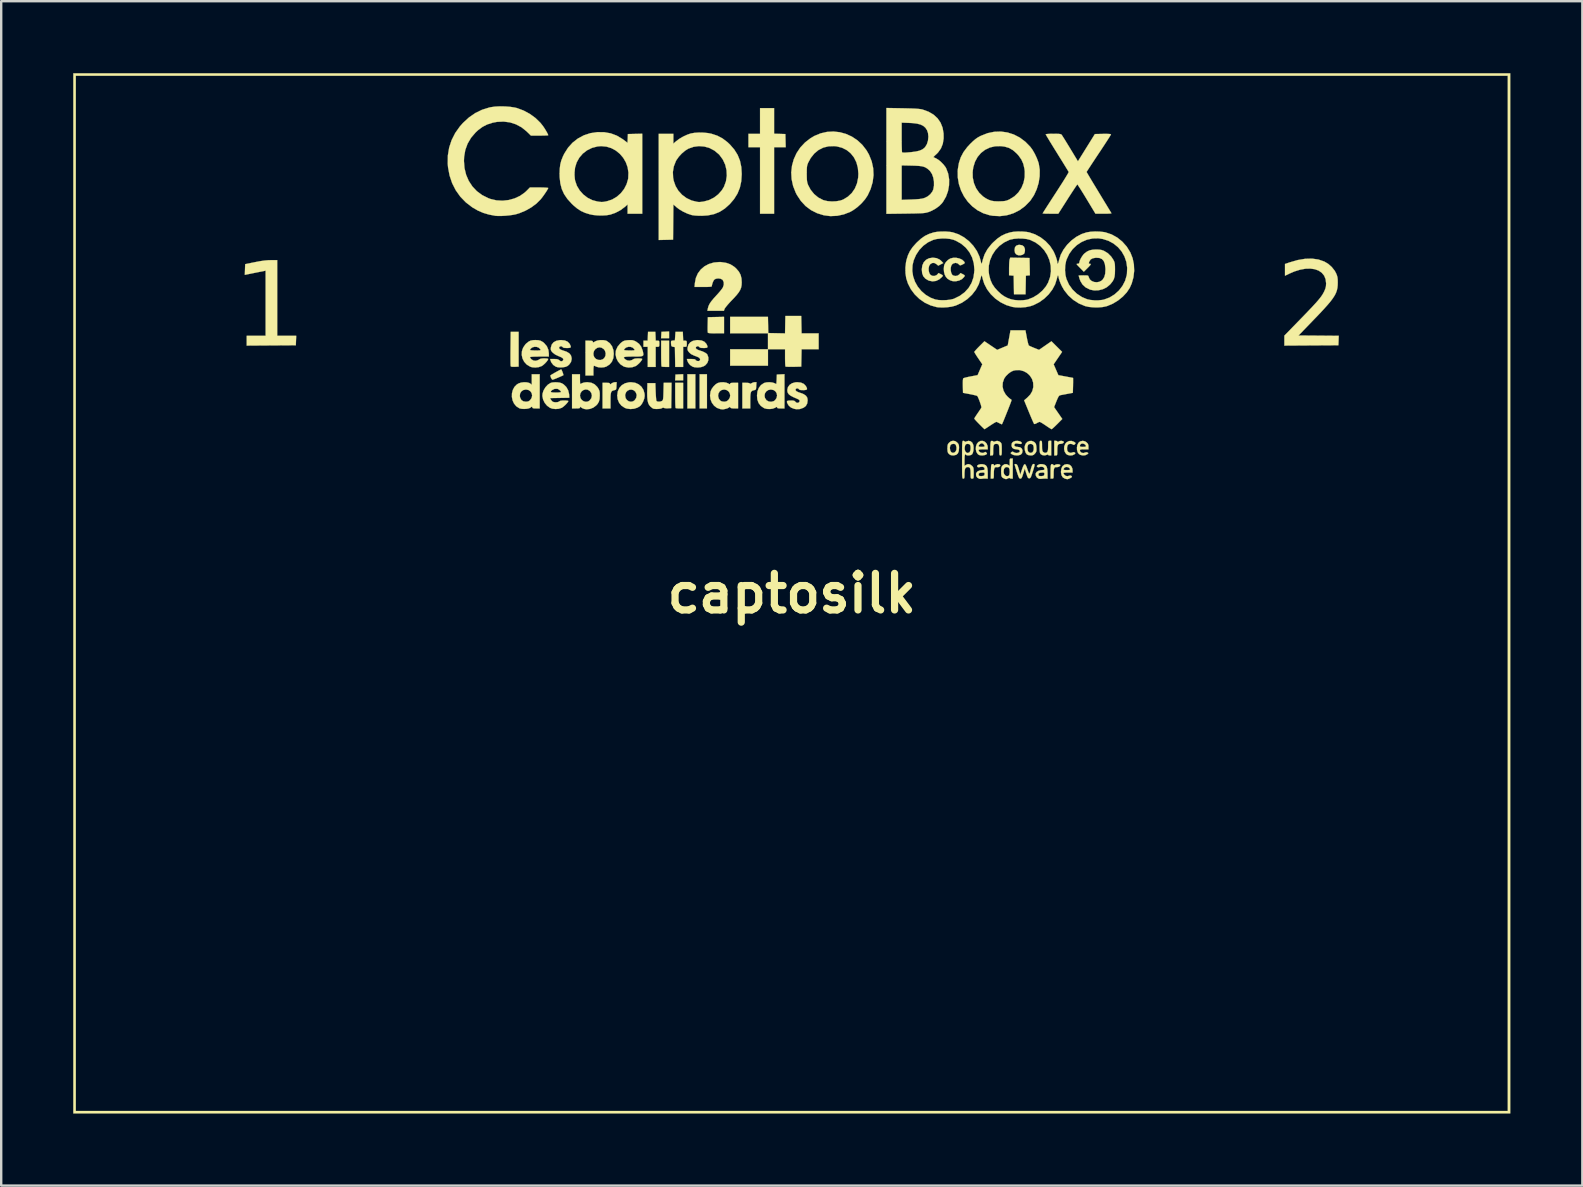
<source format=kicad_pcb>
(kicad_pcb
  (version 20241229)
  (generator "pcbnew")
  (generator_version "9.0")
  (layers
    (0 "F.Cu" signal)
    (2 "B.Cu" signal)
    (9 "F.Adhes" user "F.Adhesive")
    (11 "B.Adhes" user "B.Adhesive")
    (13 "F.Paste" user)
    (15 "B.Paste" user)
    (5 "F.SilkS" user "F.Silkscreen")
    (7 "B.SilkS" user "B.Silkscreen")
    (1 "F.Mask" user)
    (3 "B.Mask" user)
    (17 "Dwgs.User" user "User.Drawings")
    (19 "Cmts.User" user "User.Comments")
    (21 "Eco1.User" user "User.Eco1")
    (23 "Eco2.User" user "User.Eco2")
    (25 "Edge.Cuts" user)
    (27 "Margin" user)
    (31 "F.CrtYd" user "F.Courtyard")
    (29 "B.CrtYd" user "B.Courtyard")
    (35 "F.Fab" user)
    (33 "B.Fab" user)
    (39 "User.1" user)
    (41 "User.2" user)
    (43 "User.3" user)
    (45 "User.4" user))
  (footprint "captosilk"
    (layer "F.Cu")
    (at 29.931 21.667)
    (property "Reference" "captosilk" (at 0 0 0) (layer "F.SilkS") (effects (font (size 1.524 1.524) (thickness 0.3))))
    (attr through_hole)
    (fp_poly (pts (xy -4.017 -7.704) (xy -4.348 -7.704) (xy -4.348 -9.128) (xy -4.017 -9.128) (xy -4.017 -7.704)) (stroke (width 0.01) (type solid)) (fill yes) (layer "F.SilkS"))
    (fp_poly (pts (xy -3.534 -7.704) (xy -3.839 -7.704) (xy -3.839 -9.128) (xy -3.534 -9.128) (xy -3.534 -7.704)) (stroke (width 0.01) (type solid)) (fill yes) (layer "F.SilkS"))
    (fp_poly (pts (xy -0.992 -9.484) (xy -2.568 -9.484) (xy -2.568 -10.17) (xy -0.992 -10.17) (xy -0.992 -9.484)) (stroke (width 0.01) (type solid)) (fill yes) (layer "F.SilkS"))
    (fp_poly (pts (xy -5.111 -10.628) (xy -5.444 -10.628) (xy -5.436 -10.761) (xy -5.428 -10.895) (xy -5.269 -10.902) (xy -5.111 -10.91) (xy -5.111 -10.628)) (stroke (width 0.01) (type solid)) (fill yes) (layer "F.SilkS"))
    (fp_poly (pts (xy -4.526 -8.873) (xy -4.859 -8.873) (xy -4.851 -8.994) (xy -4.844 -9.115) (xy -4.685 -9.123) (xy -4.526 -9.13) (xy -4.526 -8.873)) (stroke (width 0.01) (type solid)) (fill yes) (layer "F.SilkS"))
    (fp_poly (pts (xy 29.926 21.662) (xy -29.926 21.662) (xy -29.926 -21.561) (xy -29.824 -21.561) (xy -29.824 21.561) (xy 29.824 21.561) (xy 29.824 -21.561) (xy -29.824 -21.561) (xy -29.926 -21.561) (xy -29.926 -21.662) (xy 29.926 -21.662) (xy 29.926 21.662)) (stroke (width 0.01) (type solid)) (fill yes) (layer "F.SilkS"))
    (fp_poly (pts (xy -5.111 -9.433) (xy -5.259 -9.433) (xy -5.342 -9.436) (xy -5.402 -9.443) (xy -5.424 -9.45) (xy -5.429 -9.479) (xy -5.434 -9.552) (xy -5.437 -9.659) (xy -5.44 -9.795) (xy -5.441 -9.95) (xy -5.441 -9.996) (xy -5.441 -10.526) (xy -5.111 -10.526) (xy -5.111 -9.433)) (stroke (width 0.01) (type solid)) (fill yes) (layer "F.SilkS"))
    (fp_poly (pts (xy -4.526 -7.704) (xy -4.674 -7.704) (xy -4.757 -7.707) (xy -4.818 -7.714) (xy -4.839 -7.721) (xy -4.844 -7.75) (xy -4.849 -7.823) (xy -4.853 -7.93) (xy -4.855 -8.065) (xy -4.856 -8.219) (xy -4.856 -8.255) (xy -4.856 -8.772) (xy -4.526 -8.772) (xy -4.526 -7.704)) (stroke (width 0.01) (type solid)) (fill yes) (layer "F.SilkS"))
    (fp_poly (pts (xy -11.378 -9.446) (xy -11.537 -9.438) (xy -11.636 -9.437) (xy -11.691 -9.447) (xy -11.709 -9.464) (xy -11.712 -9.497) (xy -11.715 -9.574) (xy -11.716 -9.689) (xy -11.717 -9.833) (xy -11.717 -10.001) (xy -11.715 -10.185) (xy -11.715 -10.196) (xy -11.708 -10.895) (xy -11.378 -10.895) (xy -11.378 -9.446)) (stroke (width 0.01) (type solid)) (fill yes) (layer "F.SilkS"))
    (fp_poly (pts (xy -2.822 -10.831) (xy -3.154 -10.831) (xy -3.299 -10.833) (xy -3.4 -10.837) (xy -3.462 -10.845) (xy -3.493 -10.858) (xy -3.498 -10.864) (xy -3.502 -10.902) (xy -3.505 -10.979) (xy -3.505 -11.084) (xy -3.503 -11.201) (xy -3.496 -11.505) (xy -3.159 -11.512) (xy -2.822 -11.519) (xy -2.822 -10.831)) (stroke (width 0.01) (type solid)) (fill yes) (layer "F.SilkS"))
    (fp_poly (pts (xy -0.737 -19.147) (xy -0.502 -19.14) (xy -0.267 -19.133) (xy -0.26 -18.859) (xy -0.253 -18.586) (xy -0.737 -18.586) (xy -0.737 -15.815) (xy -1.322 -15.815) (xy -1.322 -18.586) (xy -1.805 -18.586) (xy -1.805 -19.145) (xy -1.322 -19.145) (xy -1.322 -20.213) (xy -0.737 -20.213) (xy -0.737 -19.147)) (stroke (width 0.01) (type solid)) (fill yes) (layer "F.SilkS"))
    (fp_poly (pts (xy 9.502 -13.978) (xy 9.903 -13.971) (xy 9.91 -13.611) (xy 9.917 -13.25) (xy 9.834 -13.242) (xy 9.751 -13.234) (xy 9.744 -12.846) (xy 9.737 -12.458) (xy 9.256 -12.458) (xy 9.242 -13.234) (xy 9.051 -13.25) (xy 9.051 -13.552) (xy 9.054 -13.677) (xy 9.059 -13.789) (xy 9.067 -13.875) (xy 9.076 -13.919) (xy 9.102 -13.985) (xy 9.502 -13.978)) (stroke (width 0.01) (type solid)) (fill yes) (layer "F.SilkS"))
    (fp_poly (pts (xy 9.6 -14.499) (xy 9.672 -14.444) (xy 9.708 -14.353) (xy 9.713 -14.299) (xy 9.705 -14.222) (xy 9.686 -14.162) (xy 9.681 -14.154) (xy 9.619 -14.108) (xy 9.531 -14.083) (xy 9.437 -14.085) (xy 9.42 -14.089) (xy 9.341 -14.127) (xy 9.296 -14.192) (xy 9.28 -14.293) (xy 9.28 -14.307) (xy 9.296 -14.412) (xy 9.346 -14.481) (xy 9.432 -14.514) (xy 9.492 -14.518) (xy 9.6 -14.499)) (stroke (width 0.01) (type solid)) (fill yes) (layer "F.SilkS"))
    (fp_poly (pts (xy -5.675 -10.71) (xy -5.668 -10.526) (xy -5.592 -10.526) (xy -5.548 -10.523) (xy -5.526 -10.506) (xy -5.518 -10.461) (xy -5.517 -10.399) (xy -5.519 -10.324) (xy -5.529 -10.286) (xy -5.556 -10.273) (xy -5.594 -10.272) (xy -5.67 -10.272) (xy -5.67 -9.433) (xy -6 -9.433) (xy -6 -10.272) (xy -6.178 -10.272) (xy -6.178 -10.526) (xy -6.003 -10.526) (xy -5.995 -10.71) (xy -5.988 -10.895) (xy -5.683 -10.895) (xy -5.675 -10.71)) (stroke (width 0.01) (type solid)) (fill yes) (layer "F.SilkS"))
    (fp_poly (pts (xy -21.434 -10.73) (xy -20.643 -10.73) (xy -20.651 -10.532) (xy -20.658 -10.335) (xy -21.682 -10.329) (xy -22.705 -10.322) (xy -22.705 -10.73) (xy -21.917 -10.73) (xy -21.917 -13.443) (xy -22.279 -13.37) (xy -22.414 -13.343) (xy -22.537 -13.318) (xy -22.636 -13.298) (xy -22.701 -13.285) (xy -22.712 -13.283) (xy -22.783 -13.268) (xy -22.776 -13.491) (xy -22.768 -13.715) (xy -22.362 -13.797) (xy -22.147 -13.838) (xy -21.968 -13.864) (xy -21.809 -13.878) (xy -21.694 -13.881) (xy -21.434 -13.882) (xy -21.434 -10.73)) (stroke (width 0.01) (type solid)) (fill yes) (layer "F.SilkS"))
    (fp_poly (pts (xy 11.046 -6.345) (xy 11.067 -6.325) (xy 11.084 -6.306) (xy 11.113 -6.325) (xy 11.17 -6.35) (xy 11.246 -6.353) (xy 11.313 -6.332) (xy 11.333 -6.301) (xy 11.314 -6.267) (xy 11.266 -6.24) (xy 11.202 -6.229) (xy 11.138 -6.223) (xy 11.097 -6.199) (xy 11.073 -6.149) (xy 11.062 -6.064) (xy 11.06 -5.957) (xy 11.059 -5.854) (xy 11.056 -5.792) (xy 11.045 -5.76) (xy 11.026 -5.748) (xy 10.996 -5.746) (xy 10.933 -5.746) (xy 10.933 -6.356) (xy 10.994 -6.356) (xy 11.046 -6.345)) (stroke (width 0.01) (type solid)) (fill yes) (layer "F.SilkS"))
    (fp_poly (pts (xy -1.48 -8.639) (xy -1.485 -8.553) (xy -1.495 -8.504) (xy -1.517 -8.48) (xy -1.557 -8.467) (xy -1.575 -8.463) (xy -1.633 -8.447) (xy -1.675 -8.421) (xy -1.702 -8.378) (xy -1.719 -8.308) (xy -1.727 -8.205) (xy -1.729 -8.061) (xy -1.729 -8.03) (xy -1.729 -7.704) (xy -2.059 -7.704) (xy -2.059 -8.772) (xy -1.909 -8.772) (xy -1.815 -8.767) (xy -1.76 -8.753) (xy -1.749 -8.742) (xy -1.727 -8.728) (xy -1.679 -8.753) (xy -1.677 -8.754) (xy -1.606 -8.787) (xy -1.544 -8.797) (xy -1.472 -8.797) (xy -1.48 -8.639)) (stroke (width 0.01) (type solid)) (fill yes) (layer "F.SilkS"))
    (fp_poly (pts (xy -7.302 -8.639) (xy -7.307 -8.553) (xy -7.317 -8.504) (xy -7.339 -8.48) (xy -7.38 -8.467) (xy -7.398 -8.463) (xy -7.456 -8.447) (xy -7.497 -8.421) (xy -7.525 -8.378) (xy -7.541 -8.308) (xy -7.549 -8.205) (xy -7.551 -8.061) (xy -7.551 -8.03) (xy -7.551 -7.704) (xy -7.882 -7.704) (xy -7.882 -8.772) (xy -7.729 -8.772) (xy -7.642 -8.769) (xy -7.594 -8.759) (xy -7.578 -8.74) (xy -7.577 -8.732) (xy -7.57 -8.71) (xy -7.544 -8.719) (xy -7.51 -8.745) (xy -7.44 -8.782) (xy -7.369 -8.797) (xy -7.295 -8.797) (xy -7.302 -8.639)) (stroke (width 0.01) (type solid)) (fill yes) (layer "F.SilkS"))
    (fp_poly (pts (xy -9.589 -9.31) (xy -9.565 -9.258) (xy -9.54 -9.193) (xy -9.52 -9.132) (xy -9.512 -9.095) (xy -9.513 -9.09) (xy -9.543 -9.073) (xy -9.606 -9.044) (xy -9.691 -9.007) (xy -9.782 -8.968) (xy -9.867 -8.934) (xy -9.933 -8.909) (xy -9.966 -8.899) (xy -9.966 -8.899) (xy -9.994 -8.92) (xy -10.025 -8.972) (xy -10.029 -8.981) (xy -10.05 -9.041) (xy -10.054 -9.079) (xy -10.053 -9.081) (xy -10.028 -9.099) (xy -9.97 -9.134) (xy -9.892 -9.18) (xy -9.804 -9.228) (xy -9.72 -9.274) (xy -9.651 -9.31) (xy -9.61 -9.33) (xy -9.604 -9.331) (xy -9.589 -9.31)) (stroke (width 0.01) (type solid)) (fill yes) (layer "F.SilkS"))
    (fp_poly (pts (xy -4.531 -10.71) (xy -4.523 -10.526) (xy -4.448 -10.526) (xy -4.404 -10.523) (xy -4.382 -10.506) (xy -4.374 -10.461) (xy -4.373 -10.399) (xy -4.375 -10.324) (xy -4.385 -10.286) (xy -4.412 -10.273) (xy -4.449 -10.272) (xy -4.526 -10.272) (xy -4.526 -9.433) (xy -4.855 -9.433) (xy -4.862 -9.846) (xy -4.869 -10.259) (xy -4.945 -10.272) (xy -4.992 -10.284) (xy -5.016 -10.311) (xy -5.026 -10.366) (xy -5.029 -10.404) (xy -5.032 -10.476) (xy -5.023 -10.512) (xy -4.992 -10.526) (xy -4.953 -10.531) (xy -4.869 -10.539) (xy -4.844 -10.895) (xy -4.538 -10.895) (xy -4.531 -10.71)) (stroke (width 0.01) (type solid)) (fill yes) (layer "F.SilkS"))
    (fp_poly (pts (xy -0.992 -10.831) (xy -2.568 -10.831) (xy -2.568 -11.518) (xy -0.993 -11.518) (xy -0.979 -10.844) (xy -0.63 -10.837) (xy -0.281 -10.83) (xy -0.274 -11.193) (xy -0.267 -11.556) (xy 0.394 -11.556) (xy 0.401 -11.194) (xy 0.408 -10.831) (xy 1.119 -10.831) (xy 1.119 -10.17) (xy 0.408 -10.17) (xy 0.401 -9.808) (xy 0.394 -9.446) (xy 0.075 -9.438) (xy -0.048 -9.437) (xy -0.152 -9.439) (xy -0.226 -9.442) (xy -0.261 -9.448) (xy -0.262 -9.449) (xy -0.268 -9.48) (xy -0.274 -9.551) (xy -0.278 -9.654) (xy -0.28 -9.779) (xy -0.28 -9.818) (xy -0.28 -10.17) (xy -0.992 -10.17) (xy -0.992 -10.831)) (stroke (width 0.01) (type solid)) (fill yes) (layer "F.SilkS"))
    (fp_poly (pts (xy 8.643 -5.379) (xy 8.669 -5.366) (xy 8.688 -5.334) (xy 8.67 -5.297) (xy 8.628 -5.267) (xy 8.573 -5.255) (xy 8.555 -5.257) (xy 8.494 -5.26) (xy 8.453 -5.236) (xy 8.429 -5.18) (xy 8.418 -5.084) (xy 8.416 -4.993) (xy 8.415 -4.889) (xy 8.411 -4.826) (xy 8.401 -4.794) (xy 8.382 -4.782) (xy 8.351 -4.78) (xy 8.287 -4.78) (xy 8.294 -5.079) (xy 8.298 -5.206) (xy 8.302 -5.291) (xy 8.31 -5.343) (xy 8.322 -5.37) (xy 8.34 -5.382) (xy 8.359 -5.386) (xy 8.405 -5.379) (xy 8.416 -5.352) (xy 8.42 -5.326) (xy 8.443 -5.331) (xy 8.472 -5.351) (xy 8.558 -5.386) (xy 8.643 -5.379)) (stroke (width 0.01) (type solid)) (fill yes) (layer "F.SilkS"))
    (fp_poly (pts (xy 10.872 -5.378) (xy 10.891 -5.359) (xy 10.915 -5.333) (xy 10.947 -5.34) (xy 10.975 -5.357) (xy 11.028 -5.376) (xy 11.093 -5.38) (xy 11.152 -5.37) (xy 11.185 -5.349) (xy 11.187 -5.34) (xy 11.165 -5.301) (xy 11.114 -5.27) (xy 11.053 -5.258) (xy 11.042 -5.259) (xy 10.983 -5.259) (xy 10.943 -5.234) (xy 10.92 -5.177) (xy 10.909 -5.083) (xy 10.908 -4.993) (xy 10.907 -4.889) (xy 10.903 -4.826) (xy 10.893 -4.794) (xy 10.874 -4.782) (xy 10.844 -4.78) (xy 10.78 -4.78) (xy 10.78 -5.073) (xy 10.781 -5.202) (xy 10.785 -5.288) (xy 10.793 -5.341) (xy 10.805 -5.37) (xy 10.823 -5.383) (xy 10.872 -5.378)) (stroke (width 0.01) (type solid)) (fill yes) (layer "F.SilkS"))
    (fp_poly (pts (xy 11.748 -6.318) (xy 11.807 -6.28) (xy 11.819 -6.245) (xy 11.787 -6.206) (xy 11.784 -6.203) (xy 11.743 -6.184) (xy 11.715 -6.2) (xy 11.67 -6.22) (xy 11.604 -6.229) (xy 11.603 -6.229) (xy 11.531 -6.215) (xy 11.488 -6.167) (xy 11.469 -6.081) (xy 11.467 -6.028) (xy 11.474 -5.952) (xy 11.504 -5.905) (xy 11.533 -5.882) (xy 11.591 -5.854) (xy 11.648 -5.858) (xy 11.677 -5.868) (xy 11.742 -5.885) (xy 11.785 -5.872) (xy 11.792 -5.867) (xy 11.812 -5.841) (xy 11.795 -5.812) (xy 11.772 -5.792) (xy 11.689 -5.753) (xy 11.589 -5.745) (xy 11.492 -5.767) (xy 11.429 -5.807) (xy 11.369 -5.9) (xy 11.343 -6.012) (xy 11.351 -6.129) (xy 11.394 -6.233) (xy 11.444 -6.291) (xy 11.544 -6.346) (xy 11.653 -6.351) (xy 11.748 -6.318)) (stroke (width 0.01) (type solid)) (fill yes) (layer "F.SilkS"))
    (fp_poly (pts (xy 6.033 -13.964) (xy 6.162 -13.903) (xy 6.238 -13.837) (xy 6.311 -13.759) (xy 6.205 -13.705) (xy 6.1 -13.651) (xy 6.021 -13.718) (xy 5.934 -13.765) (xy 5.848 -13.762) (xy 5.766 -13.712) (xy 5.721 -13.641) (xy 5.701 -13.544) (xy 5.704 -13.437) (xy 5.73 -13.338) (xy 5.773 -13.271) (xy 5.848 -13.228) (xy 5.937 -13.222) (xy 6.022 -13.252) (xy 6.059 -13.282) (xy 6.113 -13.344) (xy 6.212 -13.293) (xy 6.272 -13.261) (xy 6.293 -13.238) (xy 6.282 -13.211) (xy 6.263 -13.188) (xy 6.142 -13.079) (xy 6.006 -13.015) (xy 5.861 -12.997) (xy 5.715 -13.027) (xy 5.683 -13.04) (xy 5.56 -13.115) (xy 5.477 -13.212) (xy 5.43 -13.337) (xy 5.416 -13.498) (xy 5.416 -13.499) (xy 5.437 -13.66) (xy 5.497 -13.793) (xy 5.593 -13.895) (xy 5.719 -13.96) (xy 5.872 -13.984) (xy 5.878 -13.984) (xy 6.033 -13.964)) (stroke (width 0.01) (type solid)) (fill yes) (layer "F.SilkS"))
    (fp_poly (pts (xy -5.015 -8.244) (xy -5.022 -7.717) (xy -5.157 -7.709) (xy -5.24 -7.709) (xy -5.303 -7.718) (xy -5.324 -7.727) (xy -5.366 -7.738) (xy -5.405 -7.717) (xy -5.457 -7.697) (xy -5.541 -7.685) (xy -5.635 -7.681) (xy -5.723 -7.686) (xy -5.772 -7.696) (xy -5.813 -7.722) (xy -5.871 -7.769) (xy -5.891 -7.787) (xy -5.944 -7.851) (xy -5.982 -7.932) (xy -6.007 -8.039) (xy -6.02 -8.177) (xy -6.023 -8.355) (xy -6.021 -8.441) (xy -6.013 -8.759) (xy -5.683 -8.759) (xy -5.67 -8.403) (xy -5.664 -8.272) (xy -5.656 -8.158) (xy -5.648 -8.071) (xy -5.639 -8.021) (xy -5.637 -8.015) (xy -5.595 -7.991) (xy -5.527 -7.985) (xy -5.453 -7.996) (xy -5.401 -8.02) (xy -5.382 -8.039) (xy -5.367 -8.069) (xy -5.358 -8.117) (xy -5.351 -8.193) (xy -5.347 -8.306) (xy -5.344 -8.414) (xy -5.335 -8.772) (xy -5.008 -8.772) (xy -5.015 -8.244)) (stroke (width 0.01) (type solid)) (fill yes) (layer "F.SilkS"))
    (fp_poly (pts (xy 10.09 -6.312) (xy 10.11 -6.296) (xy 10.15 -6.255) (xy 10.173 -6.206) (xy 10.186 -6.132) (xy 10.19 -6.072) (xy 10.194 -5.979) (xy 10.187 -5.919) (xy 10.166 -5.871) (xy 10.132 -5.828) (xy 10.077 -5.773) (xy 10.018 -5.75) (xy 9.955 -5.746) (xy 9.859 -5.759) (xy 9.79 -5.791) (xy 9.742 -5.858) (xy 9.71 -5.956) (xy 9.704 -6.013) (xy 9.817 -6.013) (xy 9.835 -5.931) (xy 9.856 -5.894) (xy 9.921 -5.852) (xy 9.993 -5.861) (xy 10.029 -5.882) (xy 10.061 -5.932) (xy 10.078 -6.009) (xy 10.077 -6.094) (xy 10.059 -6.166) (xy 10.046 -6.187) (xy 9.991 -6.222) (xy 9.923 -6.227) (xy 9.862 -6.205) (xy 9.841 -6.18) (xy 9.818 -6.103) (xy 9.817 -6.013) (xy 9.704 -6.013) (xy 9.699 -6.069) (xy 9.704 -6.134) (xy 9.742 -6.235) (xy 9.811 -6.308) (xy 9.899 -6.348) (xy 9.997 -6.351) (xy 10.09 -6.312)) (stroke (width 0.01) (type solid)) (fill yes) (layer "F.SilkS"))
    (fp_poly (pts (xy 10.806 -5.746) (xy 10.742 -5.746) (xy 10.694 -5.755) (xy 10.679 -5.772) (xy 10.663 -5.786) (xy 10.63 -5.772) (xy 10.542 -5.748) (xy 10.45 -5.756) (xy 10.377 -5.794) (xy 10.374 -5.797) (xy 10.35 -5.827) (xy 10.335 -5.867) (xy 10.326 -5.929) (xy 10.323 -6.024) (xy 10.323 -6.102) (xy 10.323 -6.218) (xy 10.327 -6.292) (xy 10.335 -6.334) (xy 10.349 -6.352) (xy 10.371 -6.356) (xy 10.374 -6.356) (xy 10.398 -6.352) (xy 10.414 -6.333) (xy 10.421 -6.289) (xy 10.424 -6.211) (xy 10.424 -6.144) (xy 10.426 -6.033) (xy 10.434 -5.961) (xy 10.45 -5.916) (xy 10.471 -5.89) (xy 10.541 -5.851) (xy 10.608 -5.863) (xy 10.639 -5.888) (xy 10.66 -5.925) (xy 10.673 -5.988) (xy 10.678 -6.089) (xy 10.679 -6.142) (xy 10.679 -6.246) (xy 10.683 -6.31) (xy 10.693 -6.342) (xy 10.712 -6.355) (xy 10.742 -6.356) (xy 10.806 -6.356) (xy 10.806 -5.746)) (stroke (width 0.01) (type solid)) (fill yes) (layer "F.SilkS"))
    (fp_poly (pts (xy 6.81 -6.342) (xy 6.884 -6.29) (xy 6.892 -6.282) (xy 6.936 -6.231) (xy 6.959 -6.178) (xy 6.966 -6.103) (xy 6.967 -6.064) (xy 6.955 -5.927) (xy 6.918 -5.832) (xy 6.852 -5.773) (xy 6.754 -5.749) (xy 6.718 -5.747) (xy 6.628 -5.757) (xy 6.563 -5.793) (xy 6.546 -5.809) (xy 6.511 -5.851) (xy 6.492 -5.9) (xy 6.485 -5.972) (xy 6.483 -6.039) (xy 6.484 -6.046) (xy 6.585 -6.046) (xy 6.601 -5.949) (xy 6.642 -5.883) (xy 6.701 -5.853) (xy 6.768 -5.865) (xy 6.814 -5.899) (xy 6.855 -5.974) (xy 6.862 -6.073) (xy 6.84 -6.164) (xy 6.812 -6.21) (xy 6.763 -6.228) (xy 6.727 -6.229) (xy 6.65 -6.214) (xy 6.604 -6.165) (xy 6.586 -6.077) (xy 6.585 -6.046) (xy 6.484 -6.046) (xy 6.486 -6.134) (xy 6.496 -6.195) (xy 6.52 -6.24) (xy 6.558 -6.282) (xy 6.632 -6.338) (xy 6.715 -6.356) (xy 6.725 -6.356) (xy 6.81 -6.342)) (stroke (width 0.01) (type solid)) (fill yes) (layer "F.SilkS"))
    (fp_poly (pts (xy -6.527 -8.774) (xy -6.379 -8.709) (xy -6.261 -8.608) (xy -6.177 -8.474) (xy -6.133 -8.313) (xy -6.128 -8.222) (xy -6.144 -8.12) (xy -6.186 -8.003) (xy -6.244 -7.894) (xy -6.309 -7.813) (xy -6.425 -7.738) (xy -6.568 -7.692) (xy -6.722 -7.678) (xy -6.872 -7.698) (xy -6.954 -7.727) (xy -7.092 -7.817) (xy -7.193 -7.94) (xy -7.254 -8.09) (xy -7.27 -8.238) (xy -6.941 -8.238) (xy -6.921 -8.135) (xy -6.867 -8.055) (xy -6.791 -8.002) (xy -6.702 -7.982) (xy -6.613 -7.999) (xy -6.547 -8.045) (xy -6.481 -8.142) (xy -6.461 -8.251) (xy -6.469 -8.304) (xy -6.514 -8.399) (xy -6.583 -8.46) (xy -6.667 -8.487) (xy -6.755 -8.483) (xy -6.836 -8.447) (xy -6.9 -8.383) (xy -6.937 -8.29) (xy -6.941 -8.238) (xy -7.27 -8.238) (xy -7.271 -8.243) (xy -7.248 -8.413) (xy -7.183 -8.557) (xy -7.082 -8.671) (xy -6.947 -8.751) (xy -6.783 -8.791) (xy -6.7 -8.796) (xy -6.527 -8.774)) (stroke (width 0.01) (type solid)) (fill yes) (layer "F.SilkS"))
    (fp_poly (pts (xy 8.636 -6.332) (xy 8.679 -6.304) (xy 8.71 -6.277) (xy 8.729 -6.247) (xy 8.74 -6.203) (xy 8.745 -6.134) (xy 8.746 -6.027) (xy 8.746 -5.999) (xy 8.746 -5.883) (xy 8.742 -5.81) (xy 8.734 -5.768) (xy 8.72 -5.75) (xy 8.698 -5.746) (xy 8.695 -5.746) (xy 8.671 -5.75) (xy 8.655 -5.769) (xy 8.648 -5.813) (xy 8.645 -5.892) (xy 8.645 -5.957) (xy 8.641 -6.08) (xy 8.629 -6.16) (xy 8.603 -6.206) (xy 8.56 -6.226) (xy 8.518 -6.229) (xy 8.46 -6.222) (xy 8.423 -6.195) (xy 8.401 -6.139) (xy 8.392 -6.047) (xy 8.39 -5.957) (xy 8.39 -5.854) (xy 8.386 -5.792) (xy 8.376 -5.76) (xy 8.356 -5.748) (xy 8.326 -5.746) (xy 8.262 -5.746) (xy 8.269 -6.045) (xy 8.273 -6.173) (xy 8.278 -6.259) (xy 8.286 -6.311) (xy 8.298 -6.339) (xy 8.317 -6.351) (xy 8.324 -6.352) (xy 8.373 -6.346) (xy 8.39 -6.331) (xy 8.419 -6.313) (xy 8.462 -6.328) (xy 8.551 -6.355) (xy 8.636 -6.332)) (stroke (width 0.01) (type solid)) (fill yes) (layer "F.SilkS"))
    (fp_poly (pts (xy 9.483 -6.34) (xy 9.546 -6.314) (xy 9.578 -6.276) (xy 9.579 -6.256) (xy 9.566 -6.232) (xy 9.532 -6.223) (xy 9.466 -6.23) (xy 9.393 -6.243) (xy 9.321 -6.245) (xy 9.282 -6.219) (xy 9.265 -6.17) (xy 9.291 -6.131) (xy 9.353 -6.106) (xy 9.405 -6.102) (xy 9.511 -6.085) (xy 9.58 -6.036) (xy 9.61 -5.956) (xy 9.611 -5.935) (xy 9.593 -5.842) (xy 9.54 -5.781) (xy 9.447 -5.751) (xy 9.376 -5.746) (xy 9.252 -5.76) (xy 9.172 -5.793) (xy 9.126 -5.826) (xy 9.119 -5.85) (xy 9.146 -5.88) (xy 9.187 -5.906) (xy 9.225 -5.895) (xy 9.241 -5.884) (xy 9.305 -5.855) (xy 9.374 -5.848) (xy 9.438 -5.86) (xy 9.484 -5.887) (xy 9.5 -5.925) (xy 9.484 -5.962) (xy 9.438 -5.988) (xy 9.368 -6) (xy 9.359 -6) (xy 9.254 -6.017) (xy 9.184 -6.065) (xy 9.154 -6.142) (xy 9.154 -6.161) (xy 9.162 -6.242) (xy 9.196 -6.294) (xy 9.247 -6.327) (xy 9.32 -6.35) (xy 9.404 -6.353) (xy 9.483 -6.34)) (stroke (width 0.01) (type solid)) (fill yes) (layer "F.SilkS"))
    (fp_poly (pts (xy 6.854 -13.978) (xy 6.983 -13.95) (xy 7.095 -13.899) (xy 7.175 -13.826) (xy 7.181 -13.818) (xy 7.203 -13.78) (xy 7.199 -13.754) (xy 7.163 -13.727) (xy 7.115 -13.702) (xy 7.047 -13.671) (xy 7.009 -13.664) (xy 6.985 -13.68) (xy 6.981 -13.685) (xy 6.907 -13.748) (xy 6.817 -13.768) (xy 6.725 -13.742) (xy 6.682 -13.711) (xy 6.641 -13.647) (xy 6.621 -13.556) (xy 6.621 -13.453) (xy 6.64 -13.356) (xy 6.676 -13.28) (xy 6.713 -13.246) (xy 6.805 -13.221) (xy 6.898 -13.233) (xy 6.973 -13.281) (xy 6.974 -13.282) (xy 7.029 -13.344) (xy 7.125 -13.295) (xy 7.184 -13.262) (xy 7.205 -13.237) (xy 7.195 -13.206) (xy 7.18 -13.183) (xy 7.095 -13.095) (xy 6.978 -13.034) (xy 6.844 -13.003) (xy 6.709 -13.005) (xy 6.598 -13.039) (xy 6.492 -13.102) (xy 6.419 -13.183) (xy 6.37 -13.279) (xy 6.342 -13.386) (xy 6.332 -13.513) (xy 6.342 -13.634) (xy 6.358 -13.696) (xy 6.417 -13.797) (xy 6.506 -13.888) (xy 6.603 -13.949) (xy 6.723 -13.979) (xy 6.854 -13.978)) (stroke (width 0.01) (type solid)) (fill yes) (layer "F.SilkS"))
    (fp_poly (pts (xy 12.214 -6.334) (xy 12.279 -6.291) (xy 12.33 -6.237) (xy 12.353 -6.179) (xy 12.357 -6.113) (xy 12.357 -6) (xy 12.179 -6) (xy 12.085 -5.999) (xy 12.031 -5.992) (xy 12.006 -5.978) (xy 12.001 -5.955) (xy 12.022 -5.895) (xy 12.077 -5.857) (xy 12.149 -5.846) (xy 12.223 -5.869) (xy 12.228 -5.872) (xy 12.284 -5.88) (xy 12.316 -5.868) (xy 12.349 -5.847) (xy 12.346 -5.827) (xy 12.308 -5.794) (xy 12.223 -5.754) (xy 12.12 -5.746) (xy 12.019 -5.77) (xy 11.961 -5.805) (xy 11.908 -5.879) (xy 11.881 -5.977) (xy 11.878 -6.084) (xy 11.892 -6.153) (xy 12.001 -6.153) (xy 12.007 -6.123) (xy 12.035 -6.107) (xy 12.097 -6.102) (xy 12.128 -6.102) (xy 12.208 -6.106) (xy 12.247 -6.121) (xy 12.255 -6.14) (xy 12.236 -6.179) (xy 12.19 -6.22) (xy 12.122 -6.243) (xy 12.057 -6.233) (xy 12.012 -6.195) (xy 12.001 -6.153) (xy 11.892 -6.153) (xy 11.899 -6.188) (xy 11.943 -6.274) (xy 12.006 -6.328) (xy 12.014 -6.331) (xy 12.121 -6.355) (xy 12.214 -6.334)) (stroke (width 0.01) (type solid)) (fill yes) (layer "F.SilkS"))
    (fp_poly (pts (xy 8.044 -6.315) (xy 8.113 -6.245) (xy 8.154 -6.148) (xy 8.162 -6.078) (xy 8.162 -6) (xy 7.971 -6) (xy 7.867 -5.998) (xy 7.807 -5.989) (xy 7.782 -5.974) (xy 7.78 -5.966) (xy 7.802 -5.912) (xy 7.857 -5.871) (xy 7.927 -5.851) (xy 7.995 -5.857) (xy 8.03 -5.879) (xy 8.062 -5.894) (xy 8.101 -5.868) (xy 8.103 -5.866) (xy 8.132 -5.831) (xy 8.121 -5.805) (xy 8.097 -5.785) (xy 8.042 -5.762) (xy 7.961 -5.749) (xy 7.925 -5.747) (xy 7.835 -5.754) (xy 7.774 -5.78) (xy 7.745 -5.805) (xy 7.689 -5.893) (xy 7.665 -6.004) (xy 7.672 -6.12) (xy 7.677 -6.136) (xy 7.78 -6.136) (xy 7.799 -6.114) (xy 7.86 -6.103) (xy 7.907 -6.102) (xy 7.989 -6.107) (xy 8.028 -6.122) (xy 8.034 -6.138) (xy 8.013 -6.191) (xy 7.965 -6.237) (xy 7.914 -6.255) (xy 7.86 -6.236) (xy 7.809 -6.194) (xy 7.781 -6.145) (xy 7.78 -6.136) (xy 7.677 -6.136) (xy 7.708 -6.226) (xy 7.772 -6.304) (xy 7.864 -6.35) (xy 7.958 -6.352) (xy 8.044 -6.315)) (stroke (width 0.01) (type solid)) (fill yes) (layer "F.SilkS"))
    (fp_poly (pts (xy 9.204 -4.78) (xy 9.14 -4.78) (xy 9.093 -4.788) (xy 9.077 -4.804) (xy 9.058 -4.81) (xy 9.011 -4.794) (xy 9.007 -4.791) (xy 8.955 -4.766) (xy 8.92 -4.759) (xy 8.878 -4.771) (xy 8.833 -4.791) (xy 8.78 -4.819) (xy 8.747 -4.857) (xy 8.729 -4.914) (xy 8.722 -5.004) (xy 8.721 -5.064) (xy 8.823 -5.064) (xy 8.84 -4.981) (xy 8.883 -4.919) (xy 8.943 -4.885) (xy 9.006 -4.886) (xy 9.046 -4.912) (xy 9.064 -4.954) (xy 9.075 -5.026) (xy 9.077 -5.072) (xy 9.069 -5.173) (xy 9.041 -5.233) (xy 8.988 -5.259) (xy 8.944 -5.263) (xy 8.879 -5.241) (xy 8.838 -5.176) (xy 8.823 -5.07) (xy 8.823 -5.064) (xy 8.721 -5.064) (xy 8.721 -5.088) (xy 8.723 -5.187) (xy 8.733 -5.25) (xy 8.755 -5.295) (xy 8.783 -5.328) (xy 8.865 -5.38) (xy 8.952 -5.383) (xy 9.02 -5.351) (xy 9.077 -5.311) (xy 9.077 -5.465) (xy 9.078 -5.55) (xy 9.085 -5.596) (xy 9.103 -5.615) (xy 9.137 -5.619) (xy 9.14 -5.619) (xy 9.204 -5.619) (xy 9.204 -4.78)) (stroke (width 0.01) (type solid)) (fill yes) (layer "F.SilkS"))
    (fp_poly (pts (xy 10.449 -5.382) (xy 10.52 -5.363) (xy 10.578 -5.33) (xy 10.618 -5.272) (xy 10.642 -5.183) (xy 10.652 -5.055) (xy 10.653 -4.979) (xy 10.653 -4.778) (xy 10.571 -4.783) (xy 10.484 -4.782) (xy 10.412 -4.773) (xy 10.337 -4.769) (xy 10.28 -4.78) (xy 10.207 -4.832) (xy 10.164 -4.909) (xy 10.161 -4.959) (xy 10.272 -4.959) (xy 10.281 -4.912) (xy 10.317 -4.889) (xy 10.389 -4.885) (xy 10.411 -4.887) (xy 10.478 -4.896) (xy 10.509 -4.917) (xy 10.521 -4.962) (xy 10.521 -4.964) (xy 10.522 -5.011) (xy 10.499 -5.031) (xy 10.441 -5.034) (xy 10.342 -5.026) (xy 10.288 -5.001) (xy 10.272 -4.959) (xy 10.161 -4.959) (xy 10.159 -4.992) (xy 10.16 -4.996) (xy 10.2 -5.06) (xy 10.279 -5.108) (xy 10.385 -5.133) (xy 10.436 -5.136) (xy 10.498 -5.141) (xy 10.523 -5.163) (xy 10.526 -5.187) (xy 10.504 -5.237) (xy 10.449 -5.269) (xy 10.379 -5.277) (xy 10.327 -5.264) (xy 10.268 -5.249) (xy 10.228 -5.268) (xy 10.206 -5.295) (xy 10.221 -5.322) (xy 10.247 -5.345) (xy 10.335 -5.384) (xy 10.449 -5.382)) (stroke (width 0.01) (type solid)) (fill yes) (layer "F.SilkS"))
    (fp_poly (pts (xy 11.564 -5.36) (xy 11.64 -5.299) (xy 11.686 -5.207) (xy 11.696 -5.133) (xy 11.696 -5.034) (xy 11.505 -5.034) (xy 11.414 -5.032) (xy 11.346 -5.025) (xy 11.315 -5.016) (xy 11.314 -5.014) (xy 11.328 -4.981) (xy 11.354 -4.938) (xy 11.413 -4.894) (xy 11.491 -4.882) (xy 11.567 -4.906) (xy 11.568 -4.906) (xy 11.615 -4.912) (xy 11.657 -4.886) (xy 11.67 -4.852) (xy 11.649 -4.83) (xy 11.599 -4.8) (xy 11.539 -4.773) (xy 11.488 -4.758) (xy 11.474 -4.757) (xy 11.438 -4.765) (xy 11.377 -4.781) (xy 11.372 -4.783) (xy 11.289 -4.832) (xy 11.236 -4.92) (xy 11.213 -5.044) (xy 11.213 -5.072) (xy 11.226 -5.177) (xy 11.321 -5.177) (xy 11.326 -5.151) (xy 11.37 -5.139) (xy 11.454 -5.136) (xy 11.531 -5.139) (xy 11.582 -5.148) (xy 11.594 -5.157) (xy 11.572 -5.213) (xy 11.519 -5.252) (xy 11.451 -5.267) (xy 11.385 -5.254) (xy 11.348 -5.223) (xy 11.321 -5.177) (xy 11.226 -5.177) (xy 11.23 -5.205) (xy 11.28 -5.303) (xy 11.362 -5.363) (xy 11.362 -5.364) (xy 11.468 -5.384) (xy 11.564 -5.36)) (stroke (width 0.01) (type solid)) (fill yes) (layer "F.SilkS"))
    (fp_poly (pts (xy -10.501 -7.704) (xy -10.653 -7.704) (xy -10.742 -7.707) (xy -10.789 -7.717) (xy -10.806 -7.737) (xy -10.806 -7.742) (xy -10.816 -7.776) (xy -10.848 -7.769) (xy -10.888 -7.736) (xy -10.947 -7.708) (xy -11.038 -7.69) (xy -11.145 -7.683) (xy -11.25 -7.688) (xy -11.336 -7.706) (xy -11.352 -7.713) (xy -11.476 -7.794) (xy -11.569 -7.906) (xy -11.63 -8.039) (xy -11.659 -8.183) (xy -11.658 -8.217) (xy -11.329 -8.217) (xy -11.314 -8.149) (xy -11.263 -8.055) (xy -11.183 -8.001) (xy -11.071 -7.984) (xy -10.98 -7.996) (xy -10.911 -8.038) (xy -10.901 -8.048) (xy -10.838 -8.141) (xy -10.816 -8.24) (xy -10.833 -8.335) (xy -10.885 -8.416) (xy -10.967 -8.472) (xy -11.073 -8.492) (xy -11.183 -8.47) (xy -11.267 -8.411) (xy -11.318 -8.323) (xy -11.329 -8.217) (xy -11.658 -8.217) (xy -11.656 -8.331) (xy -11.621 -8.472) (xy -11.554 -8.599) (xy -11.454 -8.701) (xy -11.379 -8.746) (xy -11.274 -8.781) (xy -11.153 -8.796) (xy -11.036 -8.791) (xy -10.936 -8.766) (xy -10.884 -8.735) (xy -10.831 -8.688) (xy -10.831 -9.128) (xy -10.501 -9.128) (xy -10.501 -7.704)) (stroke (width 0.01) (type solid)) (fill yes) (layer "F.SilkS"))
    (fp_poly (pts (xy 8.016 -5.367) (xy 8.079 -5.336) (xy 8.122 -5.286) (xy 8.148 -5.21) (xy 8.16 -5.097) (xy 8.162 -4.995) (xy 8.162 -4.78) (xy 8.066 -4.784) (xy 7.988 -4.783) (xy 7.925 -4.776) (xy 7.92 -4.774) (xy 7.851 -4.769) (xy 7.818 -4.773) (xy 7.732 -4.816) (xy 7.682 -4.888) (xy 7.676 -4.959) (xy 7.78 -4.959) (xy 7.79 -4.912) (xy 7.825 -4.889) (xy 7.897 -4.885) (xy 7.919 -4.887) (xy 7.986 -4.896) (xy 8.018 -4.917) (xy 8.03 -4.962) (xy 8.03 -4.964) (xy 8.03 -5.011) (xy 8.008 -5.031) (xy 7.949 -5.034) (xy 7.851 -5.026) (xy 7.796 -5.001) (xy 7.78 -4.959) (xy 7.676 -4.959) (xy 7.675 -4.978) (xy 7.684 -5.013) (xy 7.732 -5.077) (xy 7.819 -5.119) (xy 7.938 -5.136) (xy 7.949 -5.136) (xy 8.009 -5.142) (xy 8.032 -5.167) (xy 8.034 -5.186) (xy 8.013 -5.242) (xy 7.958 -5.273) (xy 7.881 -5.273) (xy 7.851 -5.265) (xy 7.782 -5.25) (xy 7.738 -5.266) (xy 7.717 -5.303) (xy 7.737 -5.337) (xy 7.787 -5.363) (xy 7.858 -5.38) (xy 7.938 -5.382) (xy 8.016 -5.367)) (stroke (width 0.01) (type solid)) (fill yes) (layer "F.SilkS"))
    (fp_poly (pts (xy -7.858 -10.55) (xy -7.752 -10.532) (xy -7.709 -10.516) (xy -7.58 -10.421) (xy -7.486 -10.292) (xy -7.43 -10.134) (xy -7.415 -9.979) (xy -7.433 -9.801) (xy -7.491 -9.654) (xy -7.589 -9.536) (xy -7.722 -9.449) (xy -7.816 -9.42) (xy -7.932 -9.409) (xy -8.049 -9.417) (xy -8.141 -9.444) (xy -8.145 -9.446) (xy -8.203 -9.472) (xy -8.24 -9.484) (xy -8.241 -9.484) (xy -8.251 -9.46) (xy -8.259 -9.398) (xy -8.263 -9.309) (xy -8.263 -9.28) (xy -8.263 -9.077) (xy -8.594 -9.077) (xy -8.594 -10.018) (xy -8.263 -10.018) (xy -8.258 -9.918) (xy -8.228 -9.842) (xy -8.16 -9.768) (xy -8.068 -9.727) (xy -7.967 -9.721) (xy -7.871 -9.753) (xy -7.812 -9.801) (xy -7.762 -9.895) (xy -7.752 -10.003) (xy -7.782 -10.107) (xy -7.829 -10.172) (xy -7.918 -10.232) (xy -8.01 -10.25) (xy -8.099 -10.23) (xy -8.175 -10.181) (xy -8.233 -10.108) (xy -8.263 -10.018) (xy -8.594 -10.018) (xy -8.594 -10.526) (xy -8.441 -10.526) (xy -8.353 -10.523) (xy -8.305 -10.513) (xy -8.289 -10.493) (xy -8.289 -10.488) (xy -8.285 -10.459) (xy -8.267 -10.454) (xy -8.224 -10.475) (xy -8.181 -10.501) (xy -8.094 -10.533) (xy -7.979 -10.55) (xy -7.858 -10.55)) (stroke (width 0.01) (type solid)) (fill yes) (layer "F.SilkS"))
    (fp_poly (pts (xy -2.73 -8.778) (xy -2.651 -8.747) (xy -2.596 -8.717) (xy -2.572 -8.716) (xy -2.568 -8.734) (xy -2.557 -8.755) (xy -2.516 -8.767) (xy -2.438 -8.772) (xy -2.403 -8.772) (xy -2.237 -8.772) (xy -2.237 -7.704) (xy -2.391 -7.704) (xy -2.484 -7.708) (xy -2.538 -7.721) (xy -2.559 -7.743) (xy -2.576 -7.769) (xy -2.603 -7.756) (xy -2.616 -7.745) (xy -2.662 -7.716) (xy -2.737 -7.691) (xy -2.848 -7.667) (xy -2.897 -7.666) (xy -2.968 -7.675) (xy -2.977 -7.677) (xy -3.119 -7.728) (xy -3.237 -7.819) (xy -3.327 -7.94) (xy -3.385 -8.084) (xy -3.403 -8.225) (xy -3.07 -8.225) (xy -3.043 -8.121) (xy -3.041 -8.115) (xy -2.986 -8.037) (xy -2.914 -7.996) (xy -2.814 -7.984) (xy -2.73 -7.996) (xy -2.66 -8.041) (xy -2.642 -8.058) (xy -2.582 -8.148) (xy -2.565 -8.246) (xy -2.586 -8.34) (xy -2.64 -8.42) (xy -2.724 -8.474) (xy -2.821 -8.492) (xy -2.925 -8.47) (xy -3.005 -8.411) (xy -3.055 -8.325) (xy -3.07 -8.225) (xy -3.403 -8.225) (xy -3.405 -8.242) (xy -3.384 -8.407) (xy -3.383 -8.411) (xy -3.337 -8.515) (xy -3.26 -8.621) (xy -3.169 -8.71) (xy -3.084 -8.763) (xy -2.973 -8.791) (xy -2.848 -8.796) (xy -2.73 -8.778)) (stroke (width 0.01) (type solid)) (fill yes) (layer "F.SilkS"))
    (fp_poly (pts (xy -0.305 -7.704) (xy -0.458 -7.704) (xy -0.545 -7.707) (xy -0.592 -7.716) (xy -0.609 -7.736) (xy -0.61 -7.744) (xy -0.616 -7.766) (xy -0.643 -7.762) (xy -0.696 -7.731) (xy -0.791 -7.695) (xy -0.912 -7.679) (xy -1.036 -7.684) (xy -1.141 -7.711) (xy -1.157 -7.718) (xy -1.29 -7.81) (xy -1.381 -7.926) (xy -1.434 -8.071) (xy -1.449 -8.238) (xy -1.449 -8.239) (xy -1.136 -8.239) (xy -1.117 -8.141) (xy -1.056 -8.05) (xy -1.049 -8.043) (xy -0.963 -7.994) (xy -0.861 -7.981) (xy -0.763 -8.003) (xy -0.699 -8.045) (xy -0.635 -8.138) (xy -0.613 -8.238) (xy -0.63 -8.334) (xy -0.681 -8.415) (xy -0.763 -8.471) (xy -0.871 -8.492) (xy -0.871 -8.492) (xy -0.98 -8.471) (xy -1.063 -8.414) (xy -1.117 -8.333) (xy -1.136 -8.239) (xy -1.449 -8.239) (xy -1.43 -8.412) (xy -1.373 -8.56) (xy -1.283 -8.678) (xy -1.162 -8.759) (xy -1.136 -8.77) (xy -1.043 -8.791) (xy -0.929 -8.796) (xy -0.819 -8.786) (xy -0.733 -8.761) (xy -0.728 -8.759) (xy -0.676 -8.733) (xy -0.647 -8.721) (xy -0.647 -8.721) (xy -0.642 -8.744) (xy -0.636 -8.806) (xy -0.631 -8.895) (xy -0.63 -8.918) (xy -0.623 -9.115) (xy -0.464 -9.123) (xy -0.305 -9.13) (xy -0.305 -7.704)) (stroke (width 0.01) (type solid)) (fill yes) (layer "F.SilkS"))
    (fp_poly (pts (xy -8.823 -8.924) (xy -8.821 -8.83) (xy -8.818 -8.759) (xy -8.814 -8.723) (xy -8.813 -8.721) (xy -8.786 -8.731) (xy -8.734 -8.757) (xy -8.73 -8.759) (xy -8.663 -8.781) (xy -8.571 -8.794) (xy -8.515 -8.797) (xy -8.352 -8.775) (xy -8.215 -8.71) (xy -8.103 -8.601) (xy -8.073 -8.556) (xy -8.032 -8.484) (xy -8.009 -8.421) (xy -7.999 -8.346) (xy -7.998 -8.241) (xy -7.998 -8.24) (xy -8.006 -8.097) (xy -8.034 -7.988) (xy -8.086 -7.896) (xy -8.148 -7.827) (xy -8.267 -7.738) (xy -8.405 -7.684) (xy -8.549 -7.668) (xy -8.645 -7.683) (xy -8.718 -7.711) (xy -8.775 -7.746) (xy -8.778 -7.748) (xy -8.812 -7.774) (xy -8.822 -7.764) (xy -8.823 -7.746) (xy -8.831 -7.723) (xy -8.863 -7.71) (xy -8.93 -7.705) (xy -8.988 -7.704) (xy -9.153 -7.704) (xy -9.153 -8.238) (xy -8.823 -8.238) (xy -8.802 -8.137) (xy -8.747 -8.056) (xy -8.668 -8.002) (xy -8.578 -7.979) (xy -8.486 -7.994) (xy -8.419 -8.037) (xy -8.349 -8.132) (xy -8.326 -8.237) (xy -8.349 -8.342) (xy -8.41 -8.428) (xy -8.495 -8.483) (xy -8.588 -8.495) (xy -8.678 -8.47) (xy -8.754 -8.414) (xy -8.806 -8.33) (xy -8.823 -8.238) (xy -9.153 -8.238) (xy -9.153 -9.128) (xy -8.823 -9.128) (xy -8.823 -8.924)) (stroke (width 0.01) (type solid)) (fill yes) (layer "F.SilkS"))
    (fp_poly (pts (xy -2.95 -13.8) (xy -2.737 -13.769) (xy -2.556 -13.706) (xy -2.397 -13.605) (xy -2.312 -13.529) (xy -2.202 -13.4) (xy -2.132 -13.268) (xy -2.095 -13.118) (xy -2.085 -12.956) (xy -2.091 -12.84) (xy -2.111 -12.736) (xy -2.151 -12.636) (xy -2.214 -12.533) (xy -2.305 -12.418) (xy -2.429 -12.282) (xy -2.493 -12.216) (xy -2.591 -12.112) (xy -2.678 -12.014) (xy -2.747 -11.93) (xy -2.79 -11.87) (xy -2.8 -11.851) (xy -2.827 -11.772) (xy -3.514 -11.772) (xy -3.497 -11.866) (xy -3.471 -11.961) (xy -3.428 -12.055) (xy -3.361 -12.156) (xy -3.265 -12.274) (xy -3.15 -12.401) (xy -3.058 -12.502) (xy -2.975 -12.6) (xy -2.909 -12.684) (xy -2.87 -12.744) (xy -2.869 -12.746) (xy -2.833 -12.856) (xy -2.835 -12.96) (xy -2.873 -13.047) (xy -2.901 -13.075) (xy -2.974 -13.109) (xy -3.068 -13.12) (xy -3.159 -13.107) (xy -3.226 -13.071) (xy -3.227 -13.07) (xy -3.267 -13.011) (xy -3.302 -12.926) (xy -3.326 -12.838) (xy -3.331 -12.795) (xy -3.344 -12.782) (xy -3.388 -12.773) (xy -3.468 -12.767) (xy -3.589 -12.764) (xy -3.69 -12.764) (xy -4.05 -12.764) (xy -4.036 -12.927) (xy -3.996 -13.139) (xy -3.913 -13.328) (xy -3.792 -13.49) (xy -3.637 -13.623) (xy -3.454 -13.721) (xy -3.247 -13.782) (xy -3.02 -13.802) (xy -2.95 -13.8)) (stroke (width 0.01) (type solid)) (fill yes) (layer "F.SilkS"))
    (fp_poly (pts (xy -9.454 -10.535) (xy -9.34 -10.486) (xy -9.259 -10.403) (xy -9.243 -10.376) (xy -9.209 -10.3) (xy -9.206 -10.254) (xy -9.24 -10.23) (xy -9.317 -10.222) (xy -9.367 -10.221) (xy -9.464 -10.225) (xy -9.52 -10.237) (xy -9.544 -10.259) (xy -9.544 -10.259) (xy -9.579 -10.291) (xy -9.632 -10.293) (xy -9.682 -10.265) (xy -9.685 -10.262) (xy -9.695 -10.218) (xy -9.66 -10.174) (xy -9.583 -10.135) (xy -9.527 -10.117) (xy -9.373 -10.064) (xy -9.265 -9.997) (xy -9.198 -9.912) (xy -9.171 -9.806) (xy -9.17 -9.758) (xy -9.196 -9.64) (xy -9.271 -9.533) (xy -9.34 -9.473) (xy -9.415 -9.439) (xy -9.521 -9.418) (xy -9.639 -9.411) (xy -9.749 -9.42) (xy -9.827 -9.442) (xy -9.935 -9.515) (xy -10.014 -9.616) (xy -10.042 -9.683) (xy -10.065 -9.763) (xy -9.901 -9.763) (xy -9.802 -9.76) (xy -9.738 -9.746) (xy -9.694 -9.719) (xy -9.687 -9.713) (xy -9.623 -9.668) (xy -9.566 -9.673) (xy -9.533 -9.702) (xy -9.513 -9.748) (xy -9.536 -9.792) (xy -9.604 -9.837) (xy -9.714 -9.883) (xy -9.854 -9.949) (xy -9.96 -10.03) (xy -9.963 -10.034) (xy -10.015 -10.095) (xy -10.038 -10.147) (xy -10.039 -10.211) (xy -10.036 -10.238) (xy -10 -10.363) (xy -9.924 -10.458) (xy -9.81 -10.521) (xy -9.662 -10.55) (xy -9.606 -10.551) (xy -9.454 -10.535)) (stroke (width 0.01) (type solid)) (fill yes) (layer "F.SilkS"))
    (fp_poly (pts (xy 10.096 -5.388) (xy 10.111 -5.375) (xy 10.114 -5.344) (xy 10.102 -5.288) (xy 10.077 -5.2) (xy 10.037 -5.071) (xy 10.033 -5.06) (xy 9.995 -4.942) (xy 9.966 -4.864) (xy 9.942 -4.819) (xy 9.918 -4.798) (xy 9.891 -4.793) (xy 9.89 -4.793) (xy 9.859 -4.799) (xy 9.834 -4.822) (xy 9.809 -4.874) (xy 9.778 -4.962) (xy 9.767 -4.996) (xy 9.704 -5.199) (xy 9.64 -4.99) (xy 9.607 -4.886) (xy 9.581 -4.823) (xy 9.557 -4.791) (xy 9.53 -4.78) (xy 9.521 -4.78) (xy 9.496 -4.785) (xy 9.473 -4.807) (xy 9.448 -4.853) (xy 9.419 -4.931) (xy 9.379 -5.049) (xy 9.373 -5.069) (xy 9.337 -5.183) (xy 9.307 -5.279) (xy 9.288 -5.347) (xy 9.28 -5.376) (xy 9.301 -5.387) (xy 9.335 -5.386) (xy 9.365 -5.374) (xy 9.392 -5.345) (xy 9.417 -5.291) (xy 9.446 -5.202) (xy 9.482 -5.073) (xy 9.486 -5.06) (xy 9.516 -4.945) (xy 9.591 -5.169) (xy 9.636 -5.29) (xy 9.673 -5.361) (xy 9.707 -5.383) (xy 9.74 -5.356) (xy 9.777 -5.279) (xy 9.811 -5.18) (xy 9.843 -5.089) (xy 9.871 -5.021) (xy 9.89 -4.986) (xy 9.893 -4.983) (xy 9.911 -5.005) (xy 9.927 -5.053) (xy 9.963 -5.195) (xy 9.993 -5.293) (xy 10.02 -5.354) (xy 10.047 -5.384) (xy 10.069 -5.39) (xy 10.096 -5.388)) (stroke (width 0.01) (type solid)) (fill yes) (layer "F.SilkS"))
    (fp_poly (pts (xy 0.381 -8.78) (xy 0.501 -8.727) (xy 0.583 -8.642) (xy 0.584 -8.64) (xy 0.628 -8.558) (xy 0.636 -8.507) (xy 0.604 -8.479) (xy 0.528 -8.468) (xy 0.473 -8.467) (xy 0.376 -8.47) (xy 0.32 -8.482) (xy 0.296 -8.505) (xy 0.296 -8.505) (xy 0.262 -8.536) (xy 0.21 -8.54) (xy 0.168 -8.517) (xy 0.162 -8.504) (xy 0.16 -8.458) (xy 0.198 -8.418) (xy 0.278 -8.378) (xy 0.358 -8.352) (xy 0.498 -8.297) (xy 0.592 -8.231) (xy 0.645 -8.149) (xy 0.661 -8.048) (xy 0.643 -7.911) (xy 0.586 -7.807) (xy 0.491 -7.734) (xy 0.489 -7.733) (xy 0.337 -7.678) (xy 0.187 -7.672) (xy 0.095 -7.689) (xy -0.032 -7.74) (xy -0.122 -7.816) (xy -0.168 -7.887) (xy -0.2 -7.959) (xy -0.2 -8.004) (xy -0.164 -8.026) (xy -0.084 -8.034) (xy -0.044 -8.034) (xy 0.048 -8.032) (xy 0.103 -8.021) (xy 0.136 -7.998) (xy 0.148 -7.982) (xy 0.195 -7.943) (xy 0.253 -7.936) (xy 0.303 -7.959) (xy 0.326 -8.003) (xy 0.323 -8.041) (xy 0.294 -8.072) (xy 0.228 -8.105) (xy 0.212 -8.112) (xy 0.06 -8.178) (xy -0.049 -8.236) (xy -0.121 -8.291) (xy -0.164 -8.349) (xy -0.183 -8.416) (xy -0.186 -8.48) (xy -0.159 -8.592) (xy -0.09 -8.686) (xy 0.013 -8.754) (xy 0.144 -8.791) (xy 0.227 -8.797) (xy 0.381 -8.78)) (stroke (width 0.01) (type solid)) (fill yes) (layer "F.SilkS"))
    (fp_poly (pts (xy 21.937 -13.907) (xy 22.178 -13.824) (xy 22.183 -13.822) (xy 22.346 -13.725) (xy 22.494 -13.593) (xy 22.615 -13.44) (xy 22.669 -13.341) (xy 22.706 -13.253) (xy 22.728 -13.174) (xy 22.739 -13.085) (xy 22.742 -12.967) (xy 22.742 -12.954) (xy 22.739 -12.837) (xy 22.728 -12.729) (xy 22.706 -12.626) (xy 22.67 -12.523) (xy 22.618 -12.417) (xy 22.545 -12.302) (xy 22.451 -12.175) (xy 22.331 -12.031) (xy 22.184 -11.866) (xy 22.006 -11.674) (xy 21.794 -11.453) (xy 21.758 -11.416) (xy 21.108 -10.742) (xy 21.946 -10.736) (xy 22.783 -10.729) (xy 22.776 -10.532) (xy 22.768 -10.335) (xy 21.643 -10.329) (xy 20.518 -10.322) (xy 20.518 -10.736) (xy 21.173 -11.409) (xy 21.381 -11.623) (xy 21.556 -11.806) (xy 21.702 -11.96) (xy 21.822 -12.091) (xy 21.919 -12.201) (xy 21.997 -12.296) (xy 22.059 -12.378) (xy 22.108 -12.452) (xy 22.148 -12.522) (xy 22.18 -12.585) (xy 22.227 -12.698) (xy 22.25 -12.795) (xy 22.257 -12.906) (xy 22.257 -12.916) (xy 22.235 -13.09) (xy 22.174 -13.237) (xy 22.076 -13.356) (xy 21.946 -13.445) (xy 21.788 -13.503) (xy 21.604 -13.529) (xy 21.398 -13.524) (xy 21.175 -13.484) (xy 20.938 -13.41) (xy 20.743 -13.327) (xy 20.544 -13.232) (xy 20.544 -13.721) (xy 20.741 -13.789) (xy 21.075 -13.885) (xy 21.385 -13.937) (xy 21.672 -13.944) (xy 21.937 -13.907)) (stroke (width 0.01) (type solid)) (fill yes) (layer "F.SilkS"))
    (fp_poly (pts (xy -3.759 -10.535) (xy -3.644 -10.486) (xy -3.564 -10.403) (xy -3.548 -10.376) (xy -3.514 -10.3) (xy -3.511 -10.254) (xy -3.545 -10.23) (xy -3.621 -10.222) (xy -3.671 -10.221) (xy -3.768 -10.225) (xy -3.824 -10.237) (xy -3.848 -10.259) (xy -3.848 -10.259) (xy -3.883 -10.291) (xy -3.937 -10.293) (xy -3.987 -10.265) (xy -3.99 -10.262) (xy -4 -10.218) (xy -3.965 -10.174) (xy -3.887 -10.135) (xy -3.832 -10.117) (xy -3.711 -10.076) (xy -3.608 -10.025) (xy -3.536 -9.972) (xy -3.518 -9.949) (xy -3.475 -9.831) (xy -3.476 -9.711) (xy -3.519 -9.598) (xy -3.601 -9.504) (xy -3.671 -9.46) (xy -3.788 -9.422) (xy -3.923 -9.409) (xy -4.053 -9.42) (xy -4.132 -9.443) (xy -4.239 -9.515) (xy -4.318 -9.615) (xy -4.347 -9.683) (xy -4.37 -9.763) (xy -4.193 -9.763) (xy -4.106 -9.76) (xy -4.043 -9.752) (xy -4.017 -9.74) (xy -4.017 -9.739) (xy -3.995 -9.705) (xy -3.943 -9.681) (xy -3.882 -9.676) (xy -3.869 -9.679) (xy -3.824 -9.709) (xy -3.818 -9.757) (xy -3.85 -9.808) (xy -3.871 -9.823) (xy -3.928 -9.852) (xy -4.011 -9.885) (xy -4.061 -9.902) (xy -4.198 -9.969) (xy -4.273 -10.036) (xy -4.323 -10.1) (xy -4.343 -10.155) (xy -4.342 -10.226) (xy -4.341 -10.239) (xy -4.304 -10.364) (xy -4.228 -10.458) (xy -4.115 -10.521) (xy -3.966 -10.55) (xy -3.91 -10.551) (xy -3.759 -10.535)) (stroke (width 0.01) (type solid)) (fill yes) (layer "F.SilkS"))
    (fp_poly (pts (xy -9.774 -8.792) (xy -9.664 -8.779) (xy -9.58 -8.752) (xy -9.505 -8.707) (xy -9.394 -8.6) (xy -9.316 -8.462) (xy -9.277 -8.306) (xy -9.274 -8.276) (xy -9.268 -8.149) (xy -10.07 -8.135) (xy -10.039 -8.078) (xy -9.999 -8.021) (xy -9.969 -7.991) (xy -9.911 -7.967) (xy -9.831 -7.959) (xy -9.752 -7.967) (xy -9.696 -7.988) (xy -9.687 -7.996) (xy -9.647 -8.02) (xy -9.571 -8.032) (xy -9.481 -8.034) (xy -9.394 -8.032) (xy -9.331 -8.024) (xy -9.306 -8.014) (xy -9.306 -8.014) (xy -9.324 -7.974) (xy -9.371 -7.915) (xy -9.435 -7.848) (xy -9.505 -7.785) (xy -9.57 -7.738) (xy -9.587 -7.728) (xy -9.706 -7.69) (xy -9.845 -7.679) (xy -9.981 -7.696) (xy -10.072 -7.73) (xy -10.195 -7.819) (xy -10.293 -7.938) (xy -10.359 -8.075) (xy -10.388 -8.218) (xy -10.382 -8.32) (xy -10.359 -8.391) (xy -10.037 -8.391) (xy -10.002 -8.375) (xy -9.924 -8.367) (xy -9.827 -8.365) (xy -9.727 -8.368) (xy -9.652 -8.375) (xy -9.614 -8.385) (xy -9.611 -8.389) (xy -9.631 -8.43) (xy -9.68 -8.475) (xy -9.739 -8.512) (xy -9.772 -8.523) (xy -9.88 -8.519) (xy -9.981 -8.47) (xy -9.992 -8.461) (xy -10.032 -8.419) (xy -10.037 -8.391) (xy -10.359 -8.391) (xy -10.336 -8.46) (xy -10.258 -8.589) (xy -10.159 -8.695) (xy -10.047 -8.765) (xy -10.024 -8.774) (xy -9.95 -8.788) (xy -9.851 -8.794) (xy -9.774 -8.792)) (stroke (width 0.01) (type solid)) (fill yes) (layer "F.SilkS"))
    (fp_poly (pts (xy -10.555 -10.546) (xy -10.462 -10.523) (xy -10.378 -10.476) (xy -10.309 -10.42) (xy -10.201 -10.293) (xy -10.138 -10.143) (xy -10.12 -9.999) (xy -10.119 -9.865) (xy -10.513 -9.865) (xy -10.683 -9.863) (xy -10.806 -9.858) (xy -10.881 -9.85) (xy -10.907 -9.839) (xy -10.908 -9.838) (xy -10.891 -9.804) (xy -10.851 -9.755) (xy -10.845 -9.749) (xy -10.762 -9.699) (xy -10.663 -9.688) (xy -10.566 -9.717) (xy -10.533 -9.738) (xy -10.477 -9.769) (xy -10.402 -9.785) (xy -10.307 -9.789) (xy -10.223 -9.785) (xy -10.165 -9.777) (xy -10.145 -9.765) (xy -10.163 -9.719) (xy -10.211 -9.654) (xy -10.277 -9.582) (xy -10.349 -9.517) (xy -10.417 -9.469) (xy -10.422 -9.467) (xy -10.543 -9.424) (xy -10.683 -9.408) (xy -10.818 -9.419) (xy -10.895 -9.443) (xy -11.039 -9.53) (xy -11.147 -9.647) (xy -11.217 -9.784) (xy -11.249 -9.933) (xy -11.241 -10.086) (xy -11.223 -10.14) (xy -10.908 -10.14) (xy -10.884 -10.131) (xy -10.821 -10.124) (xy -10.73 -10.12) (xy -10.678 -10.119) (xy -10.57 -10.12) (xy -10.504 -10.123) (xy -10.472 -10.131) (xy -10.465 -10.146) (xy -10.475 -10.169) (xy -10.475 -10.17) (xy -10.535 -10.232) (xy -10.622 -10.267) (xy -10.719 -10.272) (xy -10.809 -10.245) (xy -10.849 -10.217) (xy -10.89 -10.172) (xy -10.907 -10.141) (xy -10.908 -10.14) (xy -11.223 -10.14) (xy -11.191 -10.234) (xy -11.099 -10.37) (xy -11.046 -10.422) (xy -10.957 -10.491) (xy -10.873 -10.531) (xy -10.774 -10.548) (xy -10.679 -10.552) (xy -10.555 -10.546)) (stroke (width 0.01) (type solid)) (fill yes) (layer "F.SilkS"))
    (fp_poly (pts (xy -6.621 -10.543) (xy -6.555 -10.521) (xy -6.484 -10.486) (xy -6.359 -10.393) (xy -6.269 -10.269) (xy -6.21 -10.107) (xy -6.204 -10.085) (xy -6.188 -10.006) (xy -6.182 -9.948) (xy -6.195 -9.909) (xy -6.231 -9.885) (xy -6.297 -9.872) (xy -6.399 -9.866) (xy -6.545 -9.865) (xy -6.6 -9.865) (xy -6.762 -9.864) (xy -6.878 -9.86) (xy -6.952 -9.851) (xy -6.99 -9.835) (xy -6.995 -9.812) (xy -6.972 -9.78) (xy -6.944 -9.754) (xy -6.857 -9.705) (xy -6.756 -9.693) (xy -6.66 -9.719) (xy -6.635 -9.734) (xy -6.578 -9.767) (xy -6.505 -9.784) (xy -6.402 -9.789) (xy -6.396 -9.789) (xy -6.311 -9.786) (xy -6.251 -9.777) (xy -6.229 -9.765) (xy -6.248 -9.719) (xy -6.295 -9.654) (xy -6.361 -9.582) (xy -6.433 -9.517) (xy -6.501 -9.469) (xy -6.507 -9.467) (xy -6.644 -9.42) (xy -6.798 -9.408) (xy -6.949 -9.434) (xy -7.006 -9.455) (xy -7.136 -9.54) (xy -7.238 -9.658) (xy -7.308 -9.799) (xy -7.34 -9.951) (xy -7.329 -10.102) (xy -7.326 -10.115) (xy -7.315 -10.14) (xy -6.992 -10.14) (xy -6.968 -10.131) (xy -6.905 -10.124) (xy -6.814 -10.12) (xy -6.762 -10.119) (xy -6.654 -10.12) (xy -6.588 -10.123) (xy -6.556 -10.131) (xy -6.549 -10.146) (xy -6.559 -10.169) (xy -6.559 -10.17) (xy -6.619 -10.232) (xy -6.706 -10.267) (xy -6.803 -10.272) (xy -6.893 -10.245) (xy -6.933 -10.217) (xy -6.974 -10.172) (xy -6.992 -10.141) (xy -6.992 -10.14) (xy -7.315 -10.14) (xy -7.258 -10.273) (xy -7.143 -10.411) (xy -7.076 -10.468) (xy -7.016 -10.507) (xy -6.952 -10.531) (xy -6.866 -10.543) (xy -6.799 -10.548) (xy -6.695 -10.55) (xy -6.621 -10.543)) (stroke (width 0.01) (type solid)) (fill yes) (layer "F.SilkS"))
    (fp_poly (pts (xy -7.812 -19.21) (xy -7.54 -19.162) (xy -7.287 -19.067) (xy -7.049 -18.924) (xy -7.012 -18.897) (xy -6.842 -18.768) (xy -6.834 -18.95) (xy -6.827 -19.133) (xy -6.229 -19.147) (xy -6.229 -15.815) (xy -6.839 -15.815) (xy -6.839 -16.2) (xy -6.97 -16.085) (xy -7.149 -15.955) (xy -7.356 -15.848) (xy -7.563 -15.777) (xy -7.716 -15.751) (xy -7.899 -15.74) (xy -8.092 -15.744) (xy -8.276 -15.763) (xy -8.411 -15.79) (xy -8.609 -15.851) (xy -8.779 -15.928) (xy -8.935 -16.029) (xy -9.094 -16.162) (xy -9.169 -16.234) (xy -9.348 -16.432) (xy -9.484 -16.632) (xy -9.58 -16.843) (xy -9.64 -17.075) (xy -9.669 -17.336) (xy -9.672 -17.48) (xy -9.671 -17.5) (xy -9.051 -17.5) (xy -9.047 -17.386) (xy -9.038 -17.276) (xy -9.025 -17.192) (xy -9.024 -17.19) (xy -8.951 -16.978) (xy -8.834 -16.784) (xy -8.683 -16.615) (xy -8.503 -16.477) (xy -8.302 -16.378) (xy -8.111 -16.327) (xy -8.002 -16.31) (xy -7.923 -16.303) (xy -7.85 -16.307) (xy -7.762 -16.322) (xy -7.693 -16.336) (xy -7.485 -16.405) (xy -7.294 -16.517) (xy -7.125 -16.665) (xy -6.986 -16.842) (xy -6.882 -17.042) (xy -6.819 -17.257) (xy -6.813 -17.294) (xy -6.804 -17.527) (xy -6.838 -17.749) (xy -6.912 -17.956) (xy -7.021 -18.144) (xy -7.161 -18.308) (xy -7.327 -18.444) (xy -7.515 -18.546) (xy -7.719 -18.609) (xy -7.937 -18.63) (xy -8.089 -18.618) (xy -8.32 -18.558) (xy -8.526 -18.457) (xy -8.705 -18.319) (xy -8.851 -18.149) (xy -8.96 -17.953) (xy -9.028 -17.734) (xy -9.051 -17.5) (xy -9.671 -17.5) (xy -9.665 -17.69) (xy -9.643 -17.867) (xy -9.601 -18.03) (xy -9.536 -18.194) (xy -9.476 -18.318) (xy -9.32 -18.564) (xy -9.13 -18.775) (xy -8.909 -18.948) (xy -8.661 -19.081) (xy -8.391 -19.17) (xy -8.104 -19.213) (xy -7.812 -19.21)) (stroke (width 0.01) (type solid)) (fill yes) (layer "F.SilkS"))
    (fp_poly (pts (xy -3.672 -19.192) (xy -3.484 -19.173) (xy -3.346 -19.146) (xy -3.102 -19.065) (xy -2.884 -18.95) (xy -2.68 -18.795) (xy -2.58 -18.701) (xy -2.395 -18.488) (xy -2.255 -18.264) (xy -2.158 -18.022) (xy -2.102 -17.756) (xy -2.085 -17.467) (xy -2.104 -17.169) (xy -2.162 -16.899) (xy -2.262 -16.652) (xy -2.407 -16.421) (xy -2.585 -16.213) (xy -2.79 -16.03) (xy -3.006 -15.892) (xy -3.238 -15.798) (xy -3.495 -15.745) (xy -3.738 -15.729) (xy -3.889 -15.731) (xy -4.028 -15.739) (xy -4.138 -15.753) (xy -4.17 -15.76) (xy -4.342 -15.817) (xy -4.522 -15.9) (xy -4.689 -15.999) (xy -4.799 -16.083) (xy -4.932 -16.199) (xy -4.938 -15.467) (xy -4.945 -14.734) (xy -5.543 -14.72) (xy -5.543 -17.555) (xy -4.953 -17.555) (xy -4.943 -17.317) (xy -4.919 -17.19) (xy -4.841 -16.968) (xy -4.723 -16.77) (xy -4.568 -16.601) (xy -4.382 -16.464) (xy -4.172 -16.365) (xy -3.943 -16.309) (xy -3.865 -16.301) (xy -3.821 -16.303) (xy -3.744 -16.312) (xy -3.661 -16.324) (xy -3.446 -16.383) (xy -3.243 -16.485) (xy -3.062 -16.624) (xy -2.912 -16.794) (xy -2.823 -16.942) (xy -2.742 -17.164) (xy -2.707 -17.396) (xy -2.718 -17.628) (xy -2.772 -17.855) (xy -2.87 -18.068) (xy -3.009 -18.259) (xy -3.044 -18.296) (xy -3.224 -18.445) (xy -3.425 -18.551) (xy -3.641 -18.613) (xy -3.865 -18.631) (xy -4.088 -18.602) (xy -4.305 -18.526) (xy -4.315 -18.521) (xy -4.448 -18.437) (xy -4.584 -18.321) (xy -4.708 -18.186) (xy -4.805 -18.048) (xy -4.827 -18.008) (xy -4.915 -17.784) (xy -4.953 -17.555) (xy -5.543 -17.555) (xy -5.543 -19.145) (xy -4.933 -19.145) (xy -4.933 -18.734) (xy -4.818 -18.835) (xy -4.685 -18.934) (xy -4.522 -19.029) (xy -4.351 -19.108) (xy -4.207 -19.157) (xy -4.052 -19.184) (xy -3.868 -19.196) (xy -3.672 -19.192)) (stroke (width 0.01) (type solid)) (fill yes) (layer "F.SilkS"))
    (fp_poly (pts (xy 2.002 -19.209) (xy 2.259 -19.138) (xy 2.504 -19.026) (xy 2.731 -18.875) (xy 2.934 -18.687) (xy 3.108 -18.463) (xy 3.215 -18.278) (xy 3.328 -17.998) (xy 3.391 -17.711) (xy 3.405 -17.421) (xy 3.368 -17.129) (xy 3.282 -16.839) (xy 3.16 -16.577) (xy 3.047 -16.409) (xy 2.899 -16.241) (xy 2.729 -16.086) (xy 2.55 -15.957) (xy 2.439 -15.894) (xy 2.17 -15.788) (xy 1.89 -15.728) (xy 1.608 -15.715) (xy 1.335 -15.75) (xy 1.053 -15.837) (xy 0.799 -15.966) (xy 0.573 -16.136) (xy 0.378 -16.348) (xy 0.212 -16.599) (xy 0.164 -16.692) (xy 0.055 -16.97) (xy -0.007 -17.254) (xy -0.019 -17.48) (xy 0.623 -17.48) (xy 0.625 -17.335) (xy 0.629 -17.228) (xy 0.639 -17.147) (xy 0.655 -17.08) (xy 0.679 -17.013) (xy 0.68 -17.01) (xy 0.787 -16.809) (xy 0.93 -16.634) (xy 1.102 -16.491) (xy 1.295 -16.39) (xy 1.332 -16.376) (xy 1.489 -16.339) (xy 1.667 -16.325) (xy 1.849 -16.333) (xy 2.017 -16.362) (xy 2.136 -16.403) (xy 2.336 -16.524) (xy 2.501 -16.679) (xy 2.629 -16.866) (xy 2.718 -17.082) (xy 2.766 -17.323) (xy 2.774 -17.48) (xy 2.752 -17.731) (xy 2.69 -17.959) (xy 2.59 -18.16) (xy 2.455 -18.329) (xy 2.288 -18.465) (xy 2.092 -18.563) (xy 1.871 -18.62) (xy 1.768 -18.63) (xy 1.529 -18.622) (xy 1.31 -18.568) (xy 1.113 -18.468) (xy 0.939 -18.324) (xy 0.79 -18.137) (xy 0.681 -17.938) (xy 0.657 -17.878) (xy 0.64 -17.819) (xy 0.63 -17.747) (xy 0.625 -17.652) (xy 0.623 -17.521) (xy 0.623 -17.48) (xy -0.019 -17.48) (xy -0.022 -17.537) (xy 0.009 -17.816) (xy 0.083 -18.084) (xy 0.199 -18.338) (xy 0.355 -18.572) (xy 0.55 -18.781) (xy 0.782 -18.961) (xy 0.94 -19.054) (xy 1.2 -19.162) (xy 1.467 -19.223) (xy 1.736 -19.238) (xy 2.002 -19.209)) (stroke (width 0.01) (type solid)) (fill yes) (layer "F.SilkS"))
    (fp_poly (pts (xy 12.802 -14.32) (xy 12.899 -14.305) (xy 12.987 -14.276) (xy 13.005 -14.268) (xy 13.168 -14.168) (xy 13.307 -14.028) (xy 13.395 -13.895) (xy 13.425 -13.835) (xy 13.444 -13.78) (xy 13.456 -13.716) (xy 13.461 -13.631) (xy 13.463 -13.511) (xy 13.463 -13.475) (xy 13.459 -13.314) (xy 13.444 -13.19) (xy 13.414 -13.089) (xy 13.363 -12.997) (xy 13.287 -12.9) (xy 13.256 -12.865) (xy 13.122 -12.752) (xy 12.959 -12.671) (xy 12.78 -12.626) (xy 12.597 -12.619) (xy 12.425 -12.653) (xy 12.419 -12.656) (xy 12.249 -12.739) (xy 12.117 -12.856) (xy 12.024 -13.006) (xy 11.987 -13.105) (xy 11.966 -13.177) (xy 11.953 -13.227) (xy 11.95 -13.239) (xy 11.973 -13.242) (xy 12.036 -13.245) (xy 12.124 -13.247) (xy 12.151 -13.247) (xy 12.252 -13.246) (xy 12.313 -13.242) (xy 12.345 -13.23) (xy 12.36 -13.206) (xy 12.369 -13.174) (xy 12.413 -13.081) (xy 12.49 -13.013) (xy 12.591 -12.972) (xy 12.702 -12.96) (xy 12.812 -12.979) (xy 12.91 -13.032) (xy 12.946 -13.066) (xy 13.016 -13.175) (xy 13.055 -13.315) (xy 13.066 -13.492) (xy 13.063 -13.554) (xy 13.041 -13.721) (xy 12.994 -13.844) (xy 12.92 -13.926) (xy 12.816 -13.971) (xy 12.679 -13.981) (xy 12.649 -13.979) (xy 12.53 -13.956) (xy 12.449 -13.909) (xy 12.396 -13.83) (xy 12.385 -13.804) (xy 12.371 -13.752) (xy 12.383 -13.732) (xy 12.409 -13.73) (xy 12.444 -13.725) (xy 12.453 -13.708) (xy 12.432 -13.672) (xy 12.378 -13.612) (xy 12.312 -13.545) (xy 12.165 -13.399) (xy 12.001 -13.564) (xy 11.925 -13.642) (xy 11.881 -13.69) (xy 11.866 -13.717) (xy 11.876 -13.728) (xy 11.906 -13.73) (xy 11.961 -13.741) (xy 11.976 -13.774) (xy 11.992 -13.847) (xy 12.033 -13.94) (xy 12.09 -14.037) (xy 12.154 -14.122) (xy 12.188 -14.156) (xy 12.298 -14.239) (xy 12.41 -14.291) (xy 12.541 -14.317) (xy 12.675 -14.324) (xy 12.802 -14.32)) (stroke (width 0.01) (type solid)) (fill yes) (layer "F.SilkS"))
    (fp_poly (pts (xy 8.984 -19.199) (xy 9.248 -19.115) (xy 9.499 -18.985) (xy 9.732 -18.81) (xy 9.936 -18.601) (xy 10.031 -18.47) (xy 10.124 -18.307) (xy 10.207 -18.131) (xy 10.27 -17.961) (xy 10.288 -17.899) (xy 10.328 -17.644) (xy 10.325 -17.375) (xy 10.283 -17.102) (xy 10.203 -16.837) (xy 10.089 -16.588) (xy 9.942 -16.367) (xy 9.922 -16.342) (xy 9.713 -16.129) (xy 9.479 -15.958) (xy 9.224 -15.831) (xy 8.953 -15.749) (xy 8.67 -15.714) (xy 8.38 -15.728) (xy 8.238 -15.752) (xy 7.978 -15.833) (xy 7.738 -15.957) (xy 7.521 -16.12) (xy 7.332 -16.315) (xy 7.173 -16.538) (xy 7.049 -16.784) (xy 6.961 -17.049) (xy 6.914 -17.327) (xy 6.912 -17.567) (xy 7.534 -17.567) (xy 7.538 -17.323) (xy 7.586 -17.092) (xy 7.675 -16.879) (xy 7.803 -16.691) (xy 7.965 -16.535) (xy 8.078 -16.458) (xy 8.198 -16.396) (xy 8.312 -16.356) (xy 8.437 -16.335) (xy 8.59 -16.329) (xy 8.659 -16.33) (xy 8.783 -16.335) (xy 8.874 -16.344) (xy 8.947 -16.361) (xy 9.021 -16.39) (xy 9.078 -16.418) (xy 9.275 -16.541) (xy 9.438 -16.701) (xy 9.565 -16.889) (xy 9.653 -17.102) (xy 9.701 -17.333) (xy 9.704 -17.578) (xy 9.692 -17.683) (xy 9.644 -17.892) (xy 9.564 -18.072) (xy 9.446 -18.239) (xy 9.358 -18.334) (xy 9.204 -18.467) (xy 9.045 -18.557) (xy 8.866 -18.61) (xy 8.706 -18.63) (xy 8.468 -18.624) (xy 8.249 -18.572) (xy 8.052 -18.478) (xy 7.881 -18.346) (xy 7.739 -18.179) (xy 7.631 -17.979) (xy 7.561 -17.751) (xy 7.534 -17.567) (xy 6.912 -17.567) (xy 6.912 -17.613) (xy 6.917 -17.668) (xy 6.961 -17.929) (xy 7.038 -18.164) (xy 7.152 -18.381) (xy 7.31 -18.591) (xy 7.436 -18.727) (xy 7.55 -18.837) (xy 7.646 -18.919) (xy 7.736 -18.983) (xy 7.837 -19.04) (xy 7.882 -19.062) (xy 8.156 -19.17) (xy 8.434 -19.228) (xy 8.712 -19.237) (xy 8.984 -19.199)) (stroke (width 0.01) (type solid)) (fill yes) (layer "F.SilkS"))
    (fp_poly (pts (xy 7.188 -6.343) (xy 7.201 -6.327) (xy 7.221 -6.311) (xy 7.265 -6.327) (xy 7.361 -6.355) (xy 7.449 -6.336) (xy 7.519 -6.277) (xy 7.562 -6.181) (xy 7.566 -6.164) (xy 7.574 -6.062) (xy 7.566 -5.953) (xy 7.543 -5.857) (xy 7.51 -5.793) (xy 7.509 -5.792) (xy 7.46 -5.764) (xy 7.391 -5.748) (xy 7.32 -5.747) (xy 7.269 -5.762) (xy 7.259 -5.772) (xy 7.232 -5.798) (xy 7.213 -5.778) (xy 7.201 -5.71) (xy 7.196 -5.593) (xy 7.195 -5.554) (xy 7.195 -5.311) (xy 7.252 -5.351) (xy 7.339 -5.387) (xy 7.425 -5.372) (xy 7.502 -5.316) (xy 7.538 -5.278) (xy 7.56 -5.241) (xy 7.571 -5.192) (xy 7.576 -5.118) (xy 7.577 -5.011) (xy 7.576 -4.902) (xy 7.573 -4.834) (xy 7.564 -4.798) (xy 7.547 -4.783) (xy 7.52 -4.78) (xy 7.513 -4.78) (xy 7.482 -4.782) (xy 7.463 -4.795) (xy 7.454 -4.829) (xy 7.45 -4.894) (xy 7.45 -4.991) (xy 7.446 -5.114) (xy 7.433 -5.195) (xy 7.407 -5.241) (xy 7.365 -5.261) (xy 7.332 -5.263) (xy 7.27 -5.252) (xy 7.229 -5.214) (xy 7.205 -5.141) (xy 7.196 -5.028) (xy 7.195 -4.982) (xy 7.194 -4.881) (xy 7.189 -4.821) (xy 7.178 -4.791) (xy 7.157 -4.781) (xy 7.145 -4.78) (xy 7.13 -4.781) (xy 7.119 -4.789) (xy 7.11 -4.809) (xy 7.104 -4.845) (xy 7.099 -4.904) (xy 7.096 -4.99) (xy 7.095 -5.109) (xy 7.094 -5.266) (xy 7.094 -5.466) (xy 7.094 -5.568) (xy 7.094 -5.789) (xy 7.094 -5.964) (xy 7.095 -6.068) (xy 7.199 -6.068) (xy 7.205 -5.98) (xy 7.233 -5.908) (xy 7.278 -5.862) (xy 7.333 -5.848) (xy 7.395 -5.874) (xy 7.41 -5.888) (xy 7.435 -5.939) (xy 7.448 -6.018) (xy 7.448 -6.103) (xy 7.434 -6.172) (xy 7.419 -6.199) (xy 7.372 -6.221) (xy 7.317 -6.229) (xy 7.255 -6.215) (xy 7.22 -6.164) (xy 7.199 -6.068) (xy 7.095 -6.068) (xy 7.096 -6.099) (xy 7.098 -6.199) (xy 7.102 -6.269) (xy 7.108 -6.314) (xy 7.115 -6.341) (xy 7.125 -6.353) (xy 7.138 -6.356) (xy 7.142 -6.356) (xy 7.188 -6.343)) (stroke (width 0.01) (type solid)) (fill yes) (layer "F.SilkS"))
    (fp_poly (pts (xy -11.941 -20.283) (xy -11.73 -20.267) (xy -11.541 -20.238) (xy -11.442 -20.214) (xy -11.169 -20.112) (xy -10.909 -19.971) (xy -10.672 -19.798) (xy -10.469 -19.6) (xy -10.364 -19.467) (xy -10.302 -19.376) (xy -10.243 -19.28) (xy -10.192 -19.191) (xy -10.157 -19.121) (xy -10.145 -19.083) (xy -10.169 -19.078) (xy -10.234 -19.074) (xy -10.333 -19.071) (xy -10.455 -19.069) (xy -10.505 -19.069) (xy -10.866 -19.069) (xy -11.049 -19.247) (xy -11.257 -19.414) (xy -11.489 -19.538) (xy -11.739 -19.619) (xy -12.003 -19.653) (xy -12.275 -19.641) (xy -12.469 -19.604) (xy -12.689 -19.532) (xy -12.882 -19.433) (xy -13.063 -19.299) (xy -13.173 -19.197) (xy -13.361 -18.977) (xy -13.503 -18.735) (xy -13.599 -18.473) (xy -13.648 -18.189) (xy -13.656 -18.014) (xy -13.633 -17.715) (xy -13.565 -17.436) (xy -13.455 -17.181) (xy -13.306 -16.953) (xy -13.119 -16.755) (xy -12.897 -16.591) (xy -12.642 -16.463) (xy -12.546 -16.428) (xy -12.3 -16.371) (xy -12.045 -16.357) (xy -11.791 -16.385) (xy -11.547 -16.453) (xy -11.32 -16.558) (xy -11.12 -16.7) (xy -11.057 -16.758) (xy -10.908 -16.908) (xy -10.526 -16.908) (xy -10.393 -16.907) (xy -10.281 -16.903) (xy -10.197 -16.897) (xy -10.151 -16.89) (xy -10.145 -16.886) (xy -10.159 -16.85) (xy -10.197 -16.784) (xy -10.252 -16.699) (xy -10.317 -16.604) (xy -10.385 -16.51) (xy -10.449 -16.428) (xy -10.466 -16.408) (xy -10.64 -16.235) (xy -10.852 -16.078) (xy -11.091 -15.943) (xy -11.345 -15.837) (xy -11.503 -15.789) (xy -11.618 -15.767) (xy -11.761 -15.747) (xy -11.919 -15.732) (xy -12.076 -15.723) (xy -12.217 -15.721) (xy -12.326 -15.726) (xy -12.344 -15.728) (xy -12.616 -15.78) (xy -12.855 -15.851) (xy -13.077 -15.947) (xy -13.298 -16.075) (xy -13.312 -16.084) (xy -13.578 -16.288) (xy -13.807 -16.525) (xy -13.997 -16.792) (xy -14.147 -17.087) (xy -14.254 -17.405) (xy -14.318 -17.744) (xy -14.331 -17.899) (xy -14.326 -18.24) (xy -14.272 -18.568) (xy -14.169 -18.881) (xy -14.02 -19.176) (xy -13.823 -19.453) (xy -13.696 -19.596) (xy -13.445 -19.827) (xy -13.181 -20.009) (xy -12.899 -20.146) (xy -12.595 -20.24) (xy -12.537 -20.252) (xy -12.362 -20.277) (xy -12.157 -20.287) (xy -11.941 -20.283)) (stroke (width 0.01) (type solid)) (fill yes) (layer "F.SilkS"))
    (fp_poly (pts (xy 11.03 -19.144) (xy 11.126 -19.14) (xy 11.188 -19.132) (xy 11.224 -19.118) (xy 11.239 -19.106) (xy 11.261 -19.074) (xy 11.305 -19.004) (xy 11.368 -18.905) (xy 11.444 -18.781) (xy 11.531 -18.639) (xy 11.596 -18.532) (xy 11.919 -17.998) (xy 12.272 -18.565) (xy 12.625 -19.133) (xy 12.961 -19.14) (xy 13.117 -19.141) (xy 13.225 -19.137) (xy 13.285 -19.129) (xy 13.297 -19.12) (xy 13.284 -19.094) (xy 13.245 -19.03) (xy 13.184 -18.934) (xy 13.104 -18.81) (xy 13.009 -18.664) (xy 12.901 -18.5) (xy 12.789 -18.332) (xy 12.672 -18.156) (xy 12.565 -17.994) (xy 12.47 -17.85) (xy 12.391 -17.73) (xy 12.331 -17.637) (xy 12.293 -17.577) (xy 12.28 -17.554) (xy 12.293 -17.53) (xy 12.33 -17.467) (xy 12.387 -17.37) (xy 12.462 -17.244) (xy 12.552 -17.093) (xy 12.655 -16.924) (xy 12.767 -16.739) (xy 12.793 -16.696) (xy 12.907 -16.508) (xy 13.012 -16.334) (xy 13.107 -16.179) (xy 13.187 -16.046) (xy 13.251 -15.942) (xy 13.294 -15.87) (xy 13.314 -15.836) (xy 13.316 -15.834) (xy 13.296 -15.827) (xy 13.234 -15.821) (xy 13.139 -15.817) (xy 13.02 -15.816) (xy 12.988 -15.816) (xy 12.649 -15.817) (xy 12.281 -16.426) (xy 12.185 -16.584) (xy 12.097 -16.727) (xy 12.021 -16.849) (xy 11.959 -16.944) (xy 11.917 -17.008) (xy 11.897 -17.035) (xy 11.896 -17.035) (xy 11.878 -17.014) (xy 11.837 -16.956) (xy 11.776 -16.866) (xy 11.699 -16.749) (xy 11.609 -16.61) (xy 11.509 -16.456) (xy 11.49 -16.425) (xy 11.101 -15.815) (xy 10.775 -15.815) (xy 10.653 -15.816) (xy 10.552 -15.818) (xy 10.481 -15.823) (xy 10.45 -15.828) (xy 10.45 -15.829) (xy 10.463 -15.852) (xy 10.502 -15.914) (xy 10.562 -16.009) (xy 10.641 -16.133) (xy 10.736 -16.28) (xy 10.844 -16.447) (xy 10.962 -16.629) (xy 10.998 -16.684) (xy 11.118 -16.87) (xy 11.229 -17.043) (xy 11.327 -17.198) (xy 11.409 -17.331) (xy 11.473 -17.437) (xy 11.516 -17.512) (xy 11.534 -17.55) (xy 11.535 -17.554) (xy 11.519 -17.581) (xy 11.48 -17.646) (xy 11.419 -17.745) (xy 11.342 -17.871) (xy 11.25 -18.02) (xy 11.146 -18.186) (xy 11.05 -18.341) (xy 10.94 -18.518) (xy 10.839 -18.682) (xy 10.75 -18.827) (xy 10.677 -18.949) (xy 10.621 -19.042) (xy 10.587 -19.102) (xy 10.577 -19.123) (xy 10.601 -19.131) (xy 10.666 -19.138) (xy 10.762 -19.143) (xy 10.881 -19.145) (xy 10.892 -19.145) (xy 11.03 -19.144)) (stroke (width 0.01) (type solid)) (fill yes) (layer "F.SilkS"))
    (fp_poly (pts (xy 4.621 -20.207) (xy 4.846 -20.202) (xy 5.026 -20.197) (xy 5.169 -20.19) (xy 5.28 -20.181) (xy 5.365 -20.171) (xy 5.433 -20.158) (xy 5.454 -20.152) (xy 5.7 -20.062) (xy 5.906 -19.941) (xy 6.073 -19.788) (xy 6.198 -19.606) (xy 6.282 -19.395) (xy 6.323 -19.156) (xy 6.325 -18.951) (xy 6.291 -18.73) (xy 6.213 -18.534) (xy 6.091 -18.363) (xy 6.022 -18.295) (xy 5.958 -18.236) (xy 5.915 -18.192) (xy 5.901 -18.172) (xy 5.902 -18.171) (xy 5.929 -18.158) (xy 5.985 -18.131) (xy 6.009 -18.121) (xy 6.11 -18.059) (xy 6.22 -17.967) (xy 6.323 -17.86) (xy 6.405 -17.753) (xy 6.43 -17.708) (xy 6.514 -17.486) (xy 6.554 -17.248) (xy 6.551 -17.002) (xy 6.508 -16.759) (xy 6.424 -16.526) (xy 6.3 -16.311) (xy 6.253 -16.248) (xy 6.139 -16.134) (xy 5.991 -16.027) (xy 5.825 -15.937) (xy 5.699 -15.886) (xy 5.648 -15.871) (xy 5.597 -15.858) (xy 5.539 -15.848) (xy 5.469 -15.84) (xy 5.378 -15.834) (xy 5.262 -15.83) (xy 5.113 -15.826) (xy 4.925 -15.823) (xy 4.735 -15.82) (xy 3.941 -15.81) (xy 3.941 -16.392) (xy 4.577 -16.392) (xy 4.977 -16.406) (xy 5.168 -16.415) (xy 5.316 -16.427) (xy 5.429 -16.444) (xy 5.515 -16.466) (xy 5.517 -16.466) (xy 5.652 -16.531) (xy 5.769 -16.626) (xy 5.856 -16.739) (xy 5.893 -16.822) (xy 5.923 -16.984) (xy 5.922 -17.155) (xy 5.893 -17.322) (xy 5.839 -17.471) (xy 5.761 -17.59) (xy 5.74 -17.612) (xy 5.664 -17.68) (xy 5.591 -17.73) (xy 5.512 -17.767) (xy 5.417 -17.791) (xy 5.298 -17.806) (xy 5.144 -17.815) (xy 5.002 -17.819) (xy 4.577 -17.828) (xy 4.577 -16.392) (xy 3.941 -16.392) (xy 3.941 -19) (xy 4.577 -19) (xy 4.577 -18.829) (xy 4.579 -18.675) (xy 4.582 -18.546) (xy 4.586 -18.448) (xy 4.59 -18.388) (xy 4.594 -18.374) (xy 4.623 -18.362) (xy 4.684 -18.359) (xy 4.781 -18.363) (xy 4.921 -18.375) (xy 4.992 -18.382) (xy 5.175 -18.407) (xy 5.316 -18.44) (xy 5.425 -18.486) (xy 5.511 -18.546) (xy 5.554 -18.591) (xy 5.628 -18.712) (xy 5.674 -18.861) (xy 5.69 -19.02) (xy 5.675 -19.174) (xy 5.633 -19.296) (xy 5.566 -19.396) (xy 5.479 -19.472) (xy 5.365 -19.529) (xy 5.218 -19.567) (xy 5.032 -19.59) (xy 4.901 -19.597) (xy 4.577 -19.609) (xy 4.577 -19) (xy 3.941 -19) (xy 3.941 -20.219) (xy 4.621 -20.207)) (stroke (width 0.01) (type solid)) (fill yes) (layer "F.SilkS"))
    (fp_poly (pts (xy 9.79 -10.653) (xy 9.814 -10.534) (xy 9.838 -10.432) (xy 9.859 -10.359) (xy 9.875 -10.325) (xy 9.875 -10.325) (xy 9.911 -10.305) (xy 9.981 -10.273) (xy 10.072 -10.235) (xy 10.101 -10.223) (xy 10.299 -10.144) (xy 10.558 -10.323) (xy 10.816 -10.502) (xy 11.038 -10.281) (xy 11.26 -10.06) (xy 10.908 -9.542) (xy 11.006 -9.316) (xy 11.104 -9.09) (xy 11.406 -9.034) (xy 11.523 -9.012) (xy 11.621 -8.994) (xy 11.688 -8.981) (xy 11.715 -8.976) (xy 11.716 -8.976) (xy 11.718 -8.952) (xy 11.718 -8.887) (xy 11.718 -8.79) (xy 11.716 -8.672) (xy 11.716 -8.664) (xy 11.708 -8.354) (xy 11.467 -8.309) (xy 11.356 -8.288) (xy 11.259 -8.27) (xy 11.19 -8.256) (xy 11.17 -8.251) (xy 11.138 -8.232) (xy 11.104 -8.185) (xy 11.064 -8.102) (xy 11.021 -7.999) (xy 10.926 -7.759) (xy 11.097 -7.512) (xy 11.268 -7.265) (xy 11.057 -7.052) (xy 10.972 -6.969) (xy 10.9 -6.901) (xy 10.847 -6.855) (xy 10.823 -6.839) (xy 10.795 -6.853) (xy 10.734 -6.89) (xy 10.651 -6.944) (xy 10.581 -6.992) (xy 10.486 -7.055) (xy 10.405 -7.106) (xy 10.347 -7.137) (xy 10.326 -7.145) (xy 10.283 -7.132) (xy 10.22 -7.101) (xy 10.203 -7.09) (xy 10.142 -7.061) (xy 10.1 -7.055) (xy 10.094 -7.059) (xy 10.078 -7.088) (xy 10.046 -7.157) (xy 10.002 -7.258) (xy 9.948 -7.385) (xy 9.888 -7.528) (xy 9.875 -7.561) (xy 9.678 -8.041) (xy 9.811 -8.155) (xy 9.937 -8.286) (xy 10.017 -8.425) (xy 10.058 -8.582) (xy 10.061 -8.606) (xy 10.055 -8.777) (xy 10.006 -8.932) (xy 9.92 -9.067) (xy 9.804 -9.176) (xy 9.664 -9.255) (xy 9.506 -9.298) (xy 9.338 -9.299) (xy 9.225 -9.276) (xy 9.123 -9.227) (xy 9.016 -9.148) (xy 8.919 -9.051) (xy 8.849 -8.952) (xy 8.847 -8.947) (xy 8.789 -8.781) (xy 8.78 -8.613) (xy 8.818 -8.448) (xy 8.903 -8.294) (xy 8.975 -8.21) (xy 9.041 -8.147) (xy 9.095 -8.103) (xy 9.126 -8.085) (xy 9.127 -8.085) (xy 9.15 -8.065) (xy 9.153 -8.046) (xy 9.144 -8.014) (xy 9.119 -7.945) (xy 9.082 -7.846) (xy 9.035 -7.726) (xy 8.983 -7.594) (xy 8.929 -7.46) (xy 8.877 -7.33) (xy 8.83 -7.215) (xy 8.791 -7.123) (xy 8.764 -7.063) (xy 8.754 -7.045) (xy 8.729 -7.049) (xy 8.676 -7.074) (xy 8.647 -7.089) (xy 8.581 -7.123) (xy 8.53 -7.143) (xy 8.519 -7.145) (xy 8.487 -7.131) (xy 8.424 -7.095) (xy 8.338 -7.041) (xy 8.263 -6.992) (xy 8.17 -6.93) (xy 8.094 -6.88) (xy 8.044 -6.848) (xy 8.028 -6.839) (xy 8.009 -6.856) (xy 7.96 -6.902) (xy 7.891 -6.97) (xy 7.811 -7.05) (xy 7.729 -7.134) (xy 7.662 -7.206) (xy 7.617 -7.258) (xy 7.602 -7.282) (xy 7.616 -7.31) (xy 7.653 -7.37) (xy 7.707 -7.451) (xy 7.743 -7.504) (xy 7.806 -7.595) (xy 7.857 -7.673) (xy 7.891 -7.727) (xy 7.898 -7.743) (xy 7.895 -7.78) (xy 7.877 -7.85) (xy 7.847 -7.94) (xy 7.813 -8.036) (xy 7.777 -8.124) (xy 7.745 -8.193) (xy 7.726 -8.223) (xy 7.694 -8.237) (xy 7.623 -8.256) (xy 7.523 -8.279) (xy 7.419 -8.3) (xy 7.132 -8.354) (xy 7.125 -8.643) (xy 7.124 -8.771) (xy 7.127 -8.873) (xy 7.135 -8.938) (xy 7.143 -8.958) (xy 7.177 -8.973) (xy 7.25 -8.993) (xy 7.351 -9.017) (xy 7.454 -9.037) (xy 7.74 -9.091) (xy 7.838 -9.318) (xy 7.936 -9.544) (xy 7.769 -9.789) (xy 7.703 -9.887) (xy 7.65 -9.971) (xy 7.614 -10.031) (xy 7.602 -10.057) (xy 7.619 -10.084) (xy 7.666 -10.138) (xy 7.734 -10.212) (xy 7.813 -10.292) (xy 8.025 -10.503) (xy 8.29 -10.323) (xy 8.556 -10.144) (xy 8.775 -10.236) (xy 8.995 -10.328) (xy 9.053 -10.643) (xy 9.111 -10.958) (xy 9.733 -10.958) (xy 9.79 -10.653)) (stroke (width 0.01) (type solid)) (fill yes) (layer "F.SilkS"))
    (fp_poly (pts (xy 12.829 -15.07) (xy 13.005 -15.05) (xy 13.067 -15.038) (xy 13.32 -14.953) (xy 13.556 -14.823) (xy 13.768 -14.652) (xy 13.951 -14.446) (xy 14.099 -14.208) (xy 14.102 -14.203) (xy 14.197 -13.963) (xy 14.25 -13.703) (xy 14.262 -13.435) (xy 14.231 -13.166) (xy 14.159 -12.908) (xy 14.08 -12.73) (xy 13.954 -12.54) (xy 13.788 -12.361) (xy 13.591 -12.201) (xy 13.374 -12.069) (xy 13.147 -11.973) (xy 13.107 -11.96) (xy 12.948 -11.927) (xy 12.76 -11.912) (xy 12.563 -11.914) (xy 12.375 -11.933) (xy 12.217 -11.968) (xy 11.961 -12.075) (xy 11.726 -12.225) (xy 11.519 -12.412) (xy 11.346 -12.63) (xy 11.253 -12.791) (xy 11.201 -12.902) (xy 11.158 -13.011) (xy 11.129 -13.101) (xy 11.122 -13.131) (xy 11.109 -13.2) (xy 11.094 -13.241) (xy 11.088 -13.247) (xy 11.074 -13.224) (xy 11.055 -13.165) (xy 11.039 -13.097) (xy 10.968 -12.871) (xy 10.852 -12.654) (xy 10.698 -12.453) (xy 10.512 -12.274) (xy 10.301 -12.124) (xy 10.071 -12.009) (xy 9.941 -11.964) (xy 9.748 -11.924) (xy 9.533 -11.907) (xy 9.322 -11.913) (xy 9.181 -11.934) (xy 8.929 -12.011) (xy 8.693 -12.129) (xy 8.477 -12.281) (xy 8.289 -12.463) (xy 8.134 -12.668) (xy 8.019 -12.891) (xy 7.958 -13.081) (xy 7.933 -13.182) (xy 7.915 -13.235) (xy 7.9 -13.241) (xy 7.885 -13.202) (xy 7.867 -13.124) (xy 7.79 -12.879) (xy 7.669 -12.65) (xy 7.507 -12.441) (xy 7.311 -12.258) (xy 7.085 -12.106) (xy 6.834 -11.992) (xy 6.817 -11.986) (xy 6.658 -11.944) (xy 6.471 -11.918) (xy 6.277 -11.908) (xy 6.1 -11.916) (xy 6.035 -11.925) (xy 5.778 -11.997) (xy 5.536 -12.112) (xy 5.315 -12.267) (xy 5.121 -12.455) (xy 4.96 -12.67) (xy 4.838 -12.908) (xy 4.767 -13.126) (xy 4.736 -13.337) (xy 4.735 -13.437) (xy 5.019 -13.437) (xy 5.054 -13.206) (xy 5.131 -12.984) (xy 5.247 -12.777) (xy 5.398 -12.593) (xy 5.578 -12.437) (xy 5.785 -12.315) (xy 5.978 -12.243) (xy 6.108 -12.22) (xy 6.267 -12.211) (xy 6.435 -12.216) (xy 6.596 -12.234) (xy 6.729 -12.265) (xy 6.758 -12.275) (xy 6.998 -12.393) (xy 7.202 -12.544) (xy 7.366 -12.724) (xy 7.489 -12.933) (xy 7.569 -13.166) (xy 7.603 -13.413) (xy 8.2 -13.413) (xy 8.221 -13.259) (xy 8.275 -13.058) (xy 8.35 -12.887) (xy 8.457 -12.73) (xy 8.579 -12.596) (xy 8.716 -12.469) (xy 8.846 -12.376) (xy 8.986 -12.304) (xy 9.128 -12.252) (xy 9.267 -12.222) (xy 9.434 -12.207) (xy 9.608 -12.209) (xy 9.767 -12.227) (xy 9.841 -12.245) (xy 10.055 -12.331) (xy 10.257 -12.455) (xy 10.438 -12.61) (xy 10.586 -12.787) (xy 10.678 -12.946) (xy 10.76 -13.177) (xy 10.795 -13.414) (xy 10.793 -13.461) (xy 11.382 -13.461) (xy 11.4 -13.262) (xy 11.44 -13.097) (xy 11.545 -12.864) (xy 11.692 -12.658) (xy 11.875 -12.482) (xy 12.087 -12.343) (xy 12.301 -12.253) (xy 12.438 -12.223) (xy 12.603 -12.208) (xy 12.775 -12.208) (xy 12.933 -12.224) (xy 13.008 -12.24) (xy 13.237 -12.325) (xy 13.444 -12.453) (xy 13.625 -12.615) (xy 13.773 -12.806) (xy 13.884 -13.02) (xy 13.951 -13.25) (xy 13.96 -13.306) (xy 13.971 -13.562) (xy 13.936 -13.807) (xy 13.858 -14.034) (xy 13.741 -14.241) (xy 13.588 -14.421) (xy 13.404 -14.571) (xy 13.192 -14.686) (xy 12.956 -14.762) (xy 12.776 -14.789) (xy 12.532 -14.784) (xy 12.296 -14.733) (xy 12.075 -14.639) (xy 11.874 -14.507) (xy 11.699 -14.34) (xy 11.556 -14.142) (xy 11.45 -13.917) (xy 11.426 -13.844) (xy 11.391 -13.662) (xy 11.382 -13.461) (xy 10.793 -13.461) (xy 10.785 -13.651) (xy 10.733 -13.881) (xy 10.641 -14.098) (xy 10.513 -14.297) (xy 10.35 -14.472) (xy 10.155 -14.616) (xy 9.93 -14.724) (xy 9.927 -14.725) (xy 9.785 -14.761) (xy 9.614 -14.78) (xy 9.432 -14.783) (xy 9.256 -14.769) (xy 9.106 -14.738) (xy 9.071 -14.727) (xy 8.847 -14.62) (xy 8.65 -14.476) (xy 8.484 -14.301) (xy 8.353 -14.101) (xy 8.259 -13.882) (xy 8.207 -13.651) (xy 8.2 -13.413) (xy 7.603 -13.413) (xy 7.604 -13.421) (xy 7.606 -13.488) (xy 7.582 -13.749) (xy 7.512 -13.991) (xy 7.4 -14.21) (xy 7.248 -14.402) (xy 7.058 -14.564) (xy 6.835 -14.69) (xy 6.74 -14.728) (xy 6.589 -14.765) (xy 6.41 -14.784) (xy 6.22 -14.782) (xy 6.037 -14.762) (xy 5.892 -14.725) (xy 5.675 -14.624) (xy 5.479 -14.482) (xy 5.311 -14.305) (xy 5.176 -14.1) (xy 5.078 -13.873) (xy 5.03 -13.672) (xy 5.019 -13.437) (xy 4.735 -13.437) (xy 4.733 -13.567) (xy 4.758 -13.794) (xy 4.779 -13.893) (xy 4.84 -14.087) (xy 4.921 -14.257) (xy 5.03 -14.418) (xy 5.176 -14.583) (xy 5.212 -14.62) (xy 5.381 -14.774) (xy 5.545 -14.89) (xy 5.719 -14.974) (xy 5.915 -15.037) (xy 6.059 -15.062) (xy 6.233 -15.074) (xy 6.416 -15.073) (xy 6.589 -15.059) (xy 6.706 -15.039) (xy 6.947 -14.957) (xy 7.174 -14.832) (xy 7.381 -14.671) (xy 7.561 -14.479) (xy 7.709 -14.264) (xy 7.817 -14.032) (xy 7.867 -13.857) (xy 7.885 -13.775) (xy 7.9 -13.736) (xy 7.914 -13.742) (xy 7.931 -13.795) (xy 7.955 -13.895) (xy 8.031 -14.122) (xy 8.15 -14.337) (xy 8.316 -14.546) (xy 8.388 -14.62) (xy 8.56 -14.775) (xy 8.726 -14.891) (xy 8.902 -14.976) (xy 9.093 -15.037) (xy 9.239 -15.063) (xy 9.415 -15.075) (xy 9.6 -15.073) (xy 9.775 -15.058) (xy 9.889 -15.038) (xy 10.132 -14.956) (xy 10.363 -14.831) (xy 10.573 -14.669) (xy 10.753 -14.478) (xy 10.894 -14.264) (xy 10.907 -14.239) (xy 10.957 -14.13) (xy 11.003 -14.013) (xy 11.038 -13.904) (xy 11.058 -13.818) (xy 11.06 -13.789) (xy 11.066 -13.738) (xy 11.08 -13.732) (xy 11.1 -13.767) (xy 11.122 -13.838) (xy 11.132 -13.88) (xy 11.202 -14.103) (xy 11.317 -14.318) (xy 11.468 -14.52) (xy 11.649 -14.7) (xy 11.853 -14.852) (xy 12.072 -14.968) (xy 12.283 -15.038) (xy 12.446 -15.064) (xy 12.635 -15.075) (xy 12.829 -15.07)) (stroke (width 0.01) (type solid)) (fill yes) (layer "F.SilkS")))
  (gr_rect
    (start -3 -3)
    (end 62.861 46.335)
    (stroke (width 0.1) (type default))
    (fill no)
    (layer "Edge.Cuts")))
</source>
